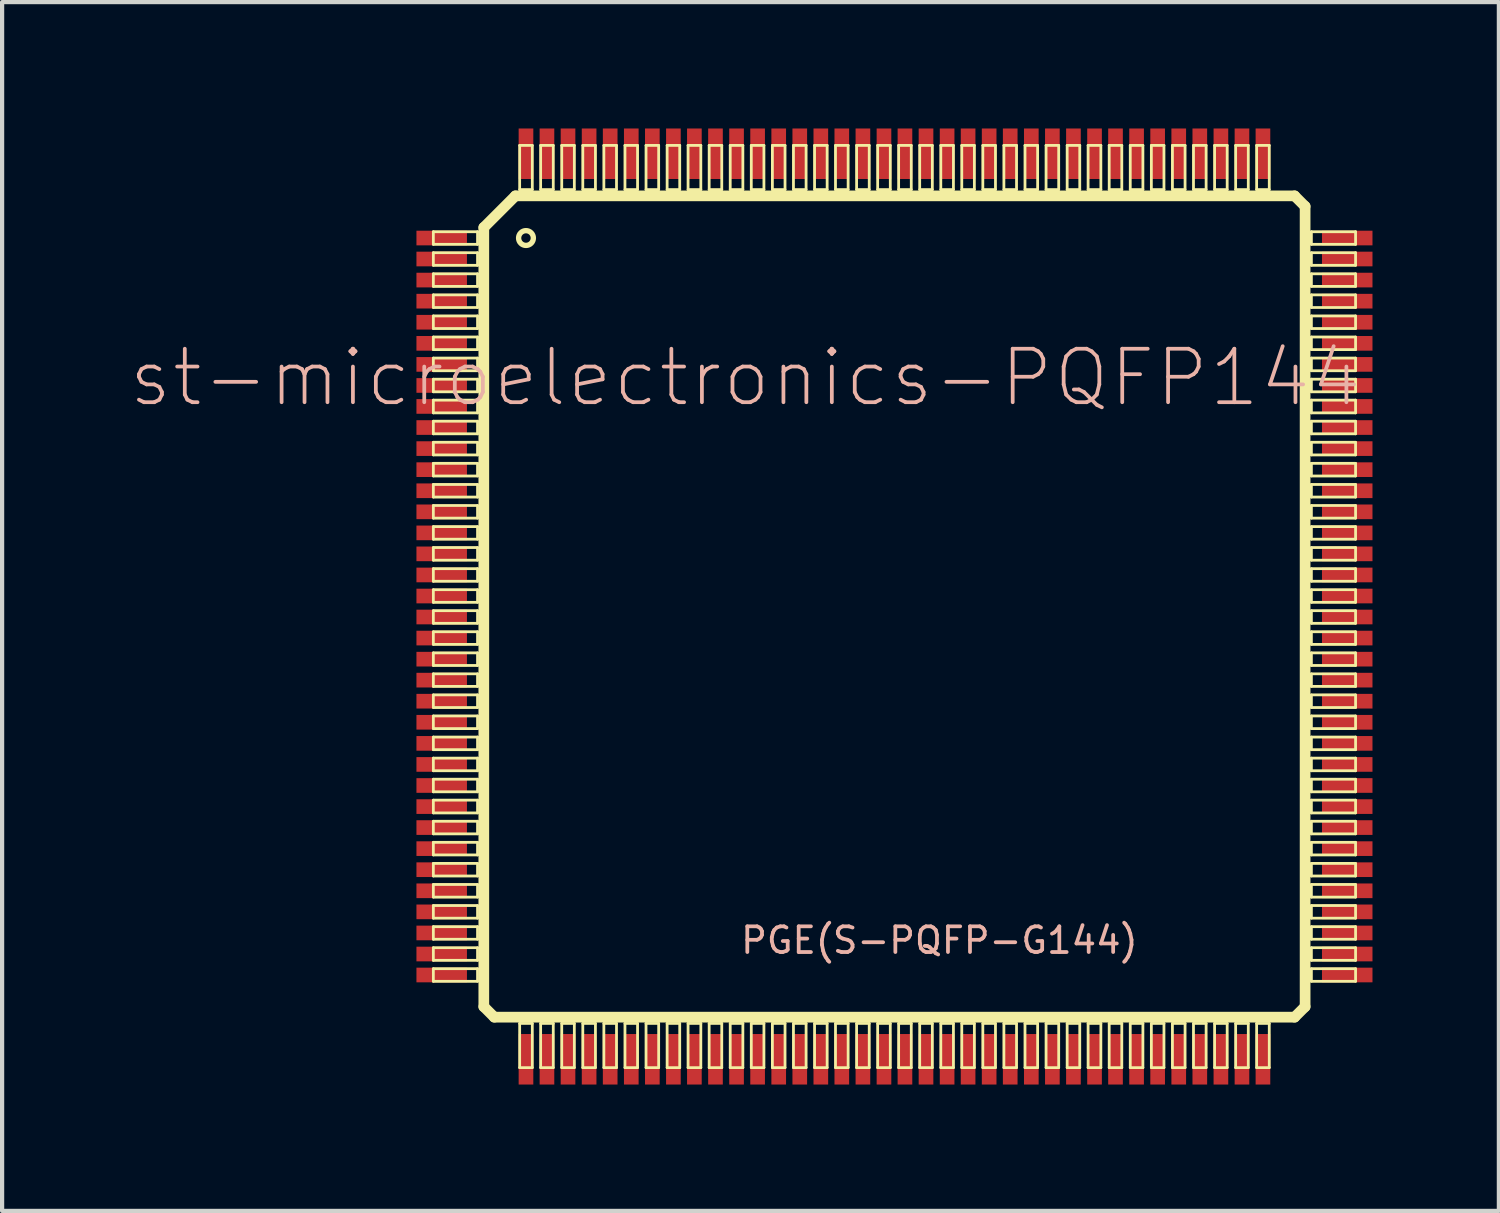
<source format=kicad_pcb>
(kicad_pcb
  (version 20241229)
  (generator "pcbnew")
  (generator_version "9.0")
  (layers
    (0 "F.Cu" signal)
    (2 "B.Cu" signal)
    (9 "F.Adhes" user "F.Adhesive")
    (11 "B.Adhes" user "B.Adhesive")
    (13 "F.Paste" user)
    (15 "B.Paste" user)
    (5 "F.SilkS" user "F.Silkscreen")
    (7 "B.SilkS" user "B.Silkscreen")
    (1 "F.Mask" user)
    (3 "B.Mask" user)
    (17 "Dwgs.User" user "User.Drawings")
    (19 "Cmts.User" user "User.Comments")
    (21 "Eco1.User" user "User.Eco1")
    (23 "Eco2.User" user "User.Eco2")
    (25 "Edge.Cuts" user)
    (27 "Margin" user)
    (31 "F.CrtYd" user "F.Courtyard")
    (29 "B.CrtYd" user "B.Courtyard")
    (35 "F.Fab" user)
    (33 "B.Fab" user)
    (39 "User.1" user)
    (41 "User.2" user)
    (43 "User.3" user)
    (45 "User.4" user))
  (footprint "st-microelectronics-PQFP144"
    (layer "F.Cu")
    (at 18.185 11.349)
    (property "Reference" "st-microelectronics-PQFP144" (at -3.543 -5.433 0) (layer "B.SilkS") (effects (font (size 1.27 1.27) (thickness 0.089))))
    (attr smd)
    (fp_line (start -10.947 -8.898) (end -9.898 -8.898) (stroke (width 0.066) (type solid)) (layer "F.SilkS"))
    (fp_line (start -10.947 -8.598) (end -10.947 -8.898) (stroke (width 0.066) (type solid)) (layer "F.SilkS"))
    (fp_line (start -10.947 -8.598) (end -9.898 -8.598) (stroke (width 0.066) (type solid)) (layer "F.SilkS"))
    (fp_line (start -10.947 -8.4) (end -9.898 -8.4) (stroke (width 0.066) (type solid)) (layer "F.SilkS"))
    (fp_line (start -10.947 -8.1) (end -10.947 -8.4) (stroke (width 0.066) (type solid)) (layer "F.SilkS"))
    (fp_line (start -10.947 -8.1) (end -9.898 -8.1) (stroke (width 0.066) (type solid)) (layer "F.SilkS"))
    (fp_line (start -10.947 -7.899) (end -9.898 -7.899) (stroke (width 0.066) (type solid)) (layer "F.SilkS"))
    (fp_line (start -10.947 -7.6) (end -10.947 -7.899) (stroke (width 0.066) (type solid)) (layer "F.SilkS"))
    (fp_line (start -10.947 -7.6) (end -9.898 -7.6) (stroke (width 0.066) (type solid)) (layer "F.SilkS"))
    (fp_line (start -10.947 -7.399) (end -9.898 -7.399) (stroke (width 0.066) (type solid)) (layer "F.SilkS"))
    (fp_line (start -10.947 -7.099) (end -10.947 -7.399) (stroke (width 0.066) (type solid)) (layer "F.SilkS"))
    (fp_line (start -10.947 -7.099) (end -9.898 -7.099) (stroke (width 0.066) (type solid)) (layer "F.SilkS"))
    (fp_line (start -10.947 -6.899) (end -9.898 -6.899) (stroke (width 0.066) (type solid)) (layer "F.SilkS"))
    (fp_line (start -10.947 -6.599) (end -10.947 -6.899) (stroke (width 0.066) (type solid)) (layer "F.SilkS"))
    (fp_line (start -10.947 -6.599) (end -9.898 -6.599) (stroke (width 0.066) (type solid)) (layer "F.SilkS"))
    (fp_line (start -10.947 -6.398) (end -9.898 -6.398) (stroke (width 0.066) (type solid)) (layer "F.SilkS"))
    (fp_line (start -10.947 -6.099) (end -10.947 -6.398) (stroke (width 0.066) (type solid)) (layer "F.SilkS"))
    (fp_line (start -10.947 -6.099) (end -9.898 -6.099) (stroke (width 0.066) (type solid)) (layer "F.SilkS"))
    (fp_line (start -10.947 -5.898) (end -9.898 -5.898) (stroke (width 0.066) (type solid)) (layer "F.SilkS"))
    (fp_line (start -10.947 -5.598) (end -10.947 -5.898) (stroke (width 0.066) (type solid)) (layer "F.SilkS"))
    (fp_line (start -10.947 -5.598) (end -9.898 -5.598) (stroke (width 0.066) (type solid)) (layer "F.SilkS"))
    (fp_line (start -10.947 -5.397) (end -9.898 -5.397) (stroke (width 0.066) (type solid)) (layer "F.SilkS"))
    (fp_line (start -10.947 -5.098) (end -10.947 -5.397) (stroke (width 0.066) (type solid)) (layer "F.SilkS"))
    (fp_line (start -10.947 -5.098) (end -9.898 -5.098) (stroke (width 0.066) (type solid)) (layer "F.SilkS"))
    (fp_line (start -10.947 -4.9) (end -9.898 -4.9) (stroke (width 0.066) (type solid)) (layer "F.SilkS"))
    (fp_line (start -10.947 -4.597) (end -10.947 -4.9) (stroke (width 0.066) (type solid)) (layer "F.SilkS"))
    (fp_line (start -10.947 -4.597) (end -9.898 -4.597) (stroke (width 0.066) (type solid)) (layer "F.SilkS"))
    (fp_line (start -10.947 -4.399) (end -9.898 -4.399) (stroke (width 0.066) (type solid)) (layer "F.SilkS"))
    (fp_line (start -10.947 -4.1) (end -10.947 -4.399) (stroke (width 0.066) (type solid)) (layer "F.SilkS"))
    (fp_line (start -10.947 -4.1) (end -9.898 -4.1) (stroke (width 0.066) (type solid)) (layer "F.SilkS"))
    (fp_line (start -10.947 -3.899) (end -9.898 -3.899) (stroke (width 0.066) (type solid)) (layer "F.SilkS"))
    (fp_line (start -10.947 -3.599) (end -10.947 -3.899) (stroke (width 0.066) (type solid)) (layer "F.SilkS"))
    (fp_line (start -10.947 -3.599) (end -9.898 -3.599) (stroke (width 0.066) (type solid)) (layer "F.SilkS"))
    (fp_line (start -10.947 -3.399) (end -9.898 -3.399) (stroke (width 0.066) (type solid)) (layer "F.SilkS"))
    (fp_line (start -10.947 -3.099) (end -10.947 -3.399) (stroke (width 0.066) (type solid)) (layer "F.SilkS"))
    (fp_line (start -10.947 -3.099) (end -9.898 -3.099) (stroke (width 0.066) (type solid)) (layer "F.SilkS"))
    (fp_line (start -10.947 -2.898) (end -9.898 -2.898) (stroke (width 0.066) (type solid)) (layer "F.SilkS"))
    (fp_line (start -10.947 -2.598) (end -10.947 -2.898) (stroke (width 0.066) (type solid)) (layer "F.SilkS"))
    (fp_line (start -10.947 -2.598) (end -9.898 -2.598) (stroke (width 0.066) (type solid)) (layer "F.SilkS"))
    (fp_line (start -10.947 -2.398) (end -9.898 -2.398) (stroke (width 0.066) (type solid)) (layer "F.SilkS"))
    (fp_line (start -10.947 -2.098) (end -10.947 -2.398) (stroke (width 0.066) (type solid)) (layer "F.SilkS"))
    (fp_line (start -10.947 -2.098) (end -9.898 -2.098) (stroke (width 0.066) (type solid)) (layer "F.SilkS"))
    (fp_line (start -10.947 -1.897) (end -9.898 -1.897) (stroke (width 0.066) (type solid)) (layer "F.SilkS"))
    (fp_line (start -10.947 -1.598) (end -10.947 -1.897) (stroke (width 0.066) (type solid)) (layer "F.SilkS"))
    (fp_line (start -10.947 -1.598) (end -9.898 -1.598) (stroke (width 0.066) (type solid)) (layer "F.SilkS"))
    (fp_line (start -10.947 -1.4) (end -9.898 -1.4) (stroke (width 0.066) (type solid)) (layer "F.SilkS"))
    (fp_line (start -10.947 -1.1) (end -10.947 -1.4) (stroke (width 0.066) (type solid)) (layer "F.SilkS"))
    (fp_line (start -10.947 -1.1) (end -9.898 -1.1) (stroke (width 0.066) (type solid)) (layer "F.SilkS"))
    (fp_line (start -10.947 -0.899) (end -9.898 -0.899) (stroke (width 0.066) (type solid)) (layer "F.SilkS"))
    (fp_line (start -10.947 -0.599) (end -10.947 -0.899) (stroke (width 0.066) (type solid)) (layer "F.SilkS"))
    (fp_line (start -10.947 -0.599) (end -9.898 -0.599) (stroke (width 0.066) (type solid)) (layer "F.SilkS"))
    (fp_line (start -10.947 -0.399) (end -9.898 -0.399) (stroke (width 0.066) (type solid)) (layer "F.SilkS"))
    (fp_line (start -10.947 -0.099) (end -10.947 -0.399) (stroke (width 0.066) (type solid)) (layer "F.SilkS"))
    (fp_line (start -10.947 -0.099) (end -9.898 -0.099) (stroke (width 0.066) (type solid)) (layer "F.SilkS"))
    (fp_line (start -10.947 0.099) (end -9.898 0.099) (stroke (width 0.066) (type solid)) (layer "F.SilkS"))
    (fp_line (start -10.947 0.399) (end -10.947 0.099) (stroke (width 0.066) (type solid)) (layer "F.SilkS"))
    (fp_line (start -10.947 0.399) (end -9.898 0.399) (stroke (width 0.066) (type solid)) (layer "F.SilkS"))
    (fp_line (start -10.947 0.599) (end -9.898 0.599) (stroke (width 0.066) (type solid)) (layer "F.SilkS"))
    (fp_line (start -10.947 0.899) (end -10.947 0.599) (stroke (width 0.066) (type solid)) (layer "F.SilkS"))
    (fp_line (start -10.947 0.899) (end -9.898 0.899) (stroke (width 0.066) (type solid)) (layer "F.SilkS"))
    (fp_line (start -10.947 1.1) (end -9.898 1.1) (stroke (width 0.066) (type solid)) (layer "F.SilkS"))
    (fp_line (start -10.947 1.4) (end -10.947 1.1) (stroke (width 0.066) (type solid)) (layer "F.SilkS"))
    (fp_line (start -10.947 1.4) (end -9.898 1.4) (stroke (width 0.066) (type solid)) (layer "F.SilkS"))
    (fp_line (start -10.947 1.598) (end -9.898 1.598) (stroke (width 0.066) (type solid)) (layer "F.SilkS"))
    (fp_line (start -10.947 1.897) (end -10.947 1.598) (stroke (width 0.066) (type solid)) (layer "F.SilkS"))
    (fp_line (start -10.947 1.897) (end -9.898 1.897) (stroke (width 0.066) (type solid)) (layer "F.SilkS"))
    (fp_line (start -10.947 2.098) (end -9.898 2.098) (stroke (width 0.066) (type solid)) (layer "F.SilkS"))
    (fp_line (start -10.947 2.398) (end -10.947 2.098) (stroke (width 0.066) (type solid)) (layer "F.SilkS"))
    (fp_line (start -10.947 2.398) (end -9.898 2.398) (stroke (width 0.066) (type solid)) (layer "F.SilkS"))
    (fp_line (start -10.947 2.598) (end -9.898 2.598) (stroke (width 0.066) (type solid)) (layer "F.SilkS"))
    (fp_line (start -10.947 2.898) (end -10.947 2.598) (stroke (width 0.066) (type solid)) (layer "F.SilkS"))
    (fp_line (start -10.947 2.898) (end -9.898 2.898) (stroke (width 0.066) (type solid)) (layer "F.SilkS"))
    (fp_line (start -10.947 3.099) (end -9.898 3.099) (stroke (width 0.066) (type solid)) (layer "F.SilkS"))
    (fp_line (start -10.947 3.399) (end -10.947 3.099) (stroke (width 0.066) (type solid)) (layer "F.SilkS"))
    (fp_line (start -10.947 3.399) (end -9.898 3.399) (stroke (width 0.066) (type solid)) (layer "F.SilkS"))
    (fp_line (start -10.947 3.599) (end -9.898 3.599) (stroke (width 0.066) (type solid)) (layer "F.SilkS"))
    (fp_line (start -10.947 3.899) (end -10.947 3.599) (stroke (width 0.066) (type solid)) (layer "F.SilkS"))
    (fp_line (start -10.947 3.899) (end -9.898 3.899) (stroke (width 0.066) (type solid)) (layer "F.SilkS"))
    (fp_line (start -10.947 4.1) (end -9.898 4.1) (stroke (width 0.066) (type solid)) (layer "F.SilkS"))
    (fp_line (start -10.947 4.399) (end -10.947 4.1) (stroke (width 0.066) (type solid)) (layer "F.SilkS"))
    (fp_line (start -10.947 4.399) (end -9.898 4.399) (stroke (width 0.066) (type solid)) (layer "F.SilkS"))
    (fp_line (start -10.947 4.597) (end -9.898 4.597) (stroke (width 0.066) (type solid)) (layer "F.SilkS"))
    (fp_line (start -10.947 4.9) (end -10.947 4.597) (stroke (width 0.066) (type solid)) (layer "F.SilkS"))
    (fp_line (start -10.947 4.9) (end -9.898 4.9) (stroke (width 0.066) (type solid)) (layer "F.SilkS"))
    (fp_line (start -10.947 5.098) (end -9.898 5.098) (stroke (width 0.066) (type solid)) (layer "F.SilkS"))
    (fp_line (start -10.947 5.397) (end -10.947 5.098) (stroke (width 0.066) (type solid)) (layer "F.SilkS"))
    (fp_line (start -10.947 5.397) (end -9.898 5.397) (stroke (width 0.066) (type solid)) (layer "F.SilkS"))
    (fp_line (start -10.947 5.598) (end -9.898 5.598) (stroke (width 0.066) (type solid)) (layer "F.SilkS"))
    (fp_line (start -10.947 5.898) (end -10.947 5.598) (stroke (width 0.066) (type solid)) (layer "F.SilkS"))
    (fp_line (start -10.947 5.898) (end -9.898 5.898) (stroke (width 0.066) (type solid)) (layer "F.SilkS"))
    (fp_line (start -10.947 6.099) (end -9.898 6.099) (stroke (width 0.066) (type solid)) (layer "F.SilkS"))
    (fp_line (start -10.947 6.398) (end -10.947 6.099) (stroke (width 0.066) (type solid)) (layer "F.SilkS"))
    (fp_line (start -10.947 6.398) (end -9.898 6.398) (stroke (width 0.066) (type solid)) (layer "F.SilkS"))
    (fp_line (start -10.947 6.599) (end -9.898 6.599) (stroke (width 0.066) (type solid)) (layer "F.SilkS"))
    (fp_line (start -10.947 6.899) (end -10.947 6.599) (stroke (width 0.066) (type solid)) (layer "F.SilkS"))
    (fp_line (start -10.947 6.899) (end -9.898 6.899) (stroke (width 0.066) (type solid)) (layer "F.SilkS"))
    (fp_line (start -10.947 7.099) (end -9.898 7.099) (stroke (width 0.066) (type solid)) (layer "F.SilkS"))
    (fp_line (start -10.947 7.399) (end -10.947 7.099) (stroke (width 0.066) (type solid)) (layer "F.SilkS"))
    (fp_line (start -10.947 7.399) (end -9.898 7.399) (stroke (width 0.066) (type solid)) (layer "F.SilkS"))
    (fp_line (start -10.947 7.6) (end -9.898 7.6) (stroke (width 0.066) (type solid)) (layer "F.SilkS"))
    (fp_line (start -10.947 7.899) (end -10.947 7.6) (stroke (width 0.066) (type solid)) (layer "F.SilkS"))
    (fp_line (start -10.947 7.899) (end -9.898 7.899) (stroke (width 0.066) (type solid)) (layer "F.SilkS"))
    (fp_line (start -10.947 8.1) (end -9.898 8.1) (stroke (width 0.066) (type solid)) (layer "F.SilkS"))
    (fp_line (start -10.947 8.4) (end -10.947 8.1) (stroke (width 0.066) (type solid)) (layer "F.SilkS"))
    (fp_line (start -10.947 8.4) (end -9.898 8.4) (stroke (width 0.066) (type solid)) (layer "F.SilkS"))
    (fp_line (start -10.947 8.598) (end -9.898 8.598) (stroke (width 0.066) (type solid)) (layer "F.SilkS"))
    (fp_line (start -10.947 8.898) (end -10.947 8.598) (stroke (width 0.066) (type solid)) (layer "F.SilkS"))
    (fp_line (start -10.947 8.898) (end -9.898 8.898) (stroke (width 0.066) (type solid)) (layer "F.SilkS"))
    (fp_line (start -9.898 -8.598) (end -9.898 -8.898) (stroke (width 0.066) (type solid)) (layer "F.SilkS"))
    (fp_line (start -9.898 -8.1) (end -9.898 -8.4) (stroke (width 0.066) (type solid)) (layer "F.SilkS"))
    (fp_line (start -9.898 -7.6) (end -9.898 -7.899) (stroke (width 0.066) (type solid)) (layer "F.SilkS"))
    (fp_line (start -9.898 -7.099) (end -9.898 -7.399) (stroke (width 0.066) (type solid)) (layer "F.SilkS"))
    (fp_line (start -9.898 -6.599) (end -9.898 -6.899) (stroke (width 0.066) (type solid)) (layer "F.SilkS"))
    (fp_line (start -9.898 -6.099) (end -9.898 -6.398) (stroke (width 0.066) (type solid)) (layer "F.SilkS"))
    (fp_line (start -9.898 -5.598) (end -9.898 -5.898) (stroke (width 0.066) (type solid)) (layer "F.SilkS"))
    (fp_line (start -9.898 -5.098) (end -9.898 -5.397) (stroke (width 0.066) (type solid)) (layer "F.SilkS"))
    (fp_line (start -9.898 -4.597) (end -9.898 -4.9) (stroke (width 0.066) (type solid)) (layer "F.SilkS"))
    (fp_line (start -9.898 -4.1) (end -9.898 -4.399) (stroke (width 0.066) (type solid)) (layer "F.SilkS"))
    (fp_line (start -9.898 -3.599) (end -9.898 -3.899) (stroke (width 0.066) (type solid)) (layer "F.SilkS"))
    (fp_line (start -9.898 -3.099) (end -9.898 -3.399) (stroke (width 0.066) (type solid)) (layer "F.SilkS"))
    (fp_line (start -9.898 -2.598) (end -9.898 -2.898) (stroke (width 0.066) (type solid)) (layer "F.SilkS"))
    (fp_line (start -9.898 -2.098) (end -9.898 -2.398) (stroke (width 0.066) (type solid)) (layer "F.SilkS"))
    (fp_line (start -9.898 -1.598) (end -9.898 -1.897) (stroke (width 0.066) (type solid)) (layer "F.SilkS"))
    (fp_line (start -9.898 -1.1) (end -9.898 -1.4) (stroke (width 0.066) (type solid)) (layer "F.SilkS"))
    (fp_line (start -9.898 -0.599) (end -9.898 -0.899) (stroke (width 0.066) (type solid)) (layer "F.SilkS"))
    (fp_line (start -9.898 -0.099) (end -9.898 -0.399) (stroke (width 0.066) (type solid)) (layer "F.SilkS"))
    (fp_line (start -9.898 0.399) (end -9.898 0.099) (stroke (width 0.066) (type solid)) (layer "F.SilkS"))
    (fp_line (start -9.898 0.899) (end -9.898 0.599) (stroke (width 0.066) (type solid)) (layer "F.SilkS"))
    (fp_line (start -9.898 1.4) (end -9.898 1.1) (stroke (width 0.066) (type solid)) (layer "F.SilkS"))
    (fp_line (start -9.898 1.897) (end -9.898 1.598) (stroke (width 0.066) (type solid)) (layer "F.SilkS"))
    (fp_line (start -9.898 2.398) (end -9.898 2.098) (stroke (width 0.066) (type solid)) (layer "F.SilkS"))
    (fp_line (start -9.898 2.898) (end -9.898 2.598) (stroke (width 0.066) (type solid)) (layer "F.SilkS"))
    (fp_line (start -9.898 3.399) (end -9.898 3.099) (stroke (width 0.066) (type solid)) (layer "F.SilkS"))
    (fp_line (start -9.898 3.899) (end -9.898 3.599) (stroke (width 0.066) (type solid)) (layer "F.SilkS"))
    (fp_line (start -9.898 4.399) (end -9.898 4.1) (stroke (width 0.066) (type solid)) (layer "F.SilkS"))
    (fp_line (start -9.898 4.9) (end -9.898 4.597) (stroke (width 0.066) (type solid)) (layer "F.SilkS"))
    (fp_line (start -9.898 5.397) (end -9.898 5.098) (stroke (width 0.066) (type solid)) (layer "F.SilkS"))
    (fp_line (start -9.898 5.898) (end -9.898 5.598) (stroke (width 0.066) (type solid)) (layer "F.SilkS"))
    (fp_line (start -9.898 6.398) (end -9.898 6.099) (stroke (width 0.066) (type solid)) (layer "F.SilkS"))
    (fp_line (start -9.898 6.899) (end -9.898 6.599) (stroke (width 0.066) (type solid)) (layer "F.SilkS"))
    (fp_line (start -9.898 7.399) (end -9.898 7.099) (stroke (width 0.066) (type solid)) (layer "F.SilkS"))
    (fp_line (start -9.898 7.899) (end -9.898 7.6) (stroke (width 0.066) (type solid)) (layer "F.SilkS"))
    (fp_line (start -9.898 8.4) (end -9.898 8.1) (stroke (width 0.066) (type solid)) (layer "F.SilkS"))
    (fp_line (start -9.898 8.898) (end -9.898 8.598) (stroke (width 0.066) (type solid)) (layer "F.SilkS"))
    (fp_line (start -9.749 -8.999) (end -8.999 -9.749) (stroke (width 0.254) (type solid)) (layer "F.SilkS"))
    (fp_line (start -9.749 9.5) (end -9.749 -8.999) (stroke (width 0.254) (type solid)) (layer "F.SilkS"))
    (fp_line (start -9.5 9.749) (end -9.749 9.5) (stroke (width 0.254) (type solid)) (layer "F.SilkS"))
    (fp_line (start -8.999 -9.749) (end 9.5 -9.749) (stroke (width 0.254) (type solid)) (layer "F.SilkS"))
    (fp_line (start -8.898 -10.947) (end -8.598 -10.947) (stroke (width 0.066) (type solid)) (layer "F.SilkS"))
    (fp_line (start -8.898 -9.898) (end -8.898 -10.947) (stroke (width 0.066) (type solid)) (layer "F.SilkS"))
    (fp_line (start -8.898 -9.898) (end -8.598 -9.898) (stroke (width 0.066) (type solid)) (layer "F.SilkS"))
    (fp_line (start -8.898 9.898) (end -8.598 9.898) (stroke (width 0.066) (type solid)) (layer "F.SilkS"))
    (fp_line (start -8.898 10.947) (end -8.898 9.898) (stroke (width 0.066) (type solid)) (layer "F.SilkS"))
    (fp_line (start -8.898 10.947) (end -8.598 10.947) (stroke (width 0.066) (type solid)) (layer "F.SilkS"))
    (fp_line (start -8.598 -9.898) (end -8.598 -10.947) (stroke (width 0.066) (type solid)) (layer "F.SilkS"))
    (fp_line (start -8.598 10.947) (end -8.598 9.898) (stroke (width 0.066) (type solid)) (layer "F.SilkS"))
    (fp_line (start -8.4 -10.947) (end -8.1 -10.947) (stroke (width 0.066) (type solid)) (layer "F.SilkS"))
    (fp_line (start -8.4 -9.898) (end -8.4 -10.947) (stroke (width 0.066) (type solid)) (layer "F.SilkS"))
    (fp_line (start -8.4 -9.898) (end -8.1 -9.898) (stroke (width 0.066) (type solid)) (layer "F.SilkS"))
    (fp_line (start -8.4 9.898) (end -8.1 9.898) (stroke (width 0.066) (type solid)) (layer "F.SilkS"))
    (fp_line (start -8.4 10.947) (end -8.4 9.898) (stroke (width 0.066) (type solid)) (layer "F.SilkS"))
    (fp_line (start -8.4 10.947) (end -8.1 10.947) (stroke (width 0.066) (type solid)) (layer "F.SilkS"))
    (fp_line (start -8.1 -9.898) (end -8.1 -10.947) (stroke (width 0.066) (type solid)) (layer "F.SilkS"))
    (fp_line (start -8.1 10.947) (end -8.1 9.898) (stroke (width 0.066) (type solid)) (layer "F.SilkS"))
    (fp_line (start -7.899 -10.947) (end -7.6 -10.947) (stroke (width 0.066) (type solid)) (layer "F.SilkS"))
    (fp_line (start -7.899 -9.898) (end -7.899 -10.947) (stroke (width 0.066) (type solid)) (layer "F.SilkS"))
    (fp_line (start -7.899 -9.898) (end -7.6 -9.898) (stroke (width 0.066) (type solid)) (layer "F.SilkS"))
    (fp_line (start -7.899 9.898) (end -7.6 9.898) (stroke (width 0.066) (type solid)) (layer "F.SilkS"))
    (fp_line (start -7.899 10.947) (end -7.899 9.898) (stroke (width 0.066) (type solid)) (layer "F.SilkS"))
    (fp_line (start -7.899 10.947) (end -7.6 10.947) (stroke (width 0.066) (type solid)) (layer "F.SilkS"))
    (fp_line (start -7.6 -9.898) (end -7.6 -10.947) (stroke (width 0.066) (type solid)) (layer "F.SilkS"))
    (fp_line (start -7.6 10.947) (end -7.6 9.898) (stroke (width 0.066) (type solid)) (layer "F.SilkS"))
    (fp_line (start -7.399 -10.947) (end -7.099 -10.947) (stroke (width 0.066) (type solid)) (layer "F.SilkS"))
    (fp_line (start -7.399 -9.898) (end -7.399 -10.947) (stroke (width 0.066) (type solid)) (layer "F.SilkS"))
    (fp_line (start -7.399 -9.898) (end -7.099 -9.898) (stroke (width 0.066) (type solid)) (layer "F.SilkS"))
    (fp_line (start -7.399 9.898) (end -7.099 9.898) (stroke (width 0.066) (type solid)) (layer "F.SilkS"))
    (fp_line (start -7.399 10.947) (end -7.399 9.898) (stroke (width 0.066) (type solid)) (layer "F.SilkS"))
    (fp_line (start -7.399 10.947) (end -7.099 10.947) (stroke (width 0.066) (type solid)) (layer "F.SilkS"))
    (fp_line (start -7.099 -9.898) (end -7.099 -10.947) (stroke (width 0.066) (type solid)) (layer "F.SilkS"))
    (fp_line (start -7.099 10.947) (end -7.099 9.898) (stroke (width 0.066) (type solid)) (layer "F.SilkS"))
    (fp_line (start -6.899 -10.947) (end -6.599 -10.947) (stroke (width 0.066) (type solid)) (layer "F.SilkS"))
    (fp_line (start -6.899 -9.898) (end -6.899 -10.947) (stroke (width 0.066) (type solid)) (layer "F.SilkS"))
    (fp_line (start -6.899 -9.898) (end -6.599 -9.898) (stroke (width 0.066) (type solid)) (layer "F.SilkS"))
    (fp_line (start -6.899 9.898) (end -6.599 9.898) (stroke (width 0.066) (type solid)) (layer "F.SilkS"))
    (fp_line (start -6.899 10.947) (end -6.899 9.898) (stroke (width 0.066) (type solid)) (layer "F.SilkS"))
    (fp_line (start -6.899 10.947) (end -6.599 10.947) (stroke (width 0.066) (type solid)) (layer "F.SilkS"))
    (fp_line (start -6.599 -9.898) (end -6.599 -10.947) (stroke (width 0.066) (type solid)) (layer "F.SilkS"))
    (fp_line (start -6.599 10.947) (end -6.599 9.898) (stroke (width 0.066) (type solid)) (layer "F.SilkS"))
    (fp_line (start -6.398 -10.947) (end -6.099 -10.947) (stroke (width 0.066) (type solid)) (layer "F.SilkS"))
    (fp_line (start -6.398 -9.898) (end -6.398 -10.947) (stroke (width 0.066) (type solid)) (layer "F.SilkS"))
    (fp_line (start -6.398 -9.898) (end -6.099 -9.898) (stroke (width 0.066) (type solid)) (layer "F.SilkS"))
    (fp_line (start -6.398 9.898) (end -6.099 9.898) (stroke (width 0.066) (type solid)) (layer "F.SilkS"))
    (fp_line (start -6.398 10.947) (end -6.398 9.898) (stroke (width 0.066) (type solid)) (layer "F.SilkS"))
    (fp_line (start -6.398 10.947) (end -6.099 10.947) (stroke (width 0.066) (type solid)) (layer "F.SilkS"))
    (fp_line (start -6.099 -9.898) (end -6.099 -10.947) (stroke (width 0.066) (type solid)) (layer "F.SilkS"))
    (fp_line (start -6.099 10.947) (end -6.099 9.898) (stroke (width 0.066) (type solid)) (layer "F.SilkS"))
    (fp_line (start -5.898 -10.947) (end -5.598 -10.947) (stroke (width 0.066) (type solid)) (layer "F.SilkS"))
    (fp_line (start -5.898 -9.898) (end -5.898 -10.947) (stroke (width 0.066) (type solid)) (layer "F.SilkS"))
    (fp_line (start -5.898 -9.898) (end -5.598 -9.898) (stroke (width 0.066) (type solid)) (layer "F.SilkS"))
    (fp_line (start -5.898 9.898) (end -5.598 9.898) (stroke (width 0.066) (type solid)) (layer "F.SilkS"))
    (fp_line (start -5.898 10.947) (end -5.898 9.898) (stroke (width 0.066) (type solid)) (layer "F.SilkS"))
    (fp_line (start -5.898 10.947) (end -5.598 10.947) (stroke (width 0.066) (type solid)) (layer "F.SilkS"))
    (fp_line (start -5.598 -9.898) (end -5.598 -10.947) (stroke (width 0.066) (type solid)) (layer "F.SilkS"))
    (fp_line (start -5.598 10.947) (end -5.598 9.898) (stroke (width 0.066) (type solid)) (layer "F.SilkS"))
    (fp_line (start -5.397 -10.947) (end -5.098 -10.947) (stroke (width 0.066) (type solid)) (layer "F.SilkS"))
    (fp_line (start -5.397 -9.898) (end -5.397 -10.947) (stroke (width 0.066) (type solid)) (layer "F.SilkS"))
    (fp_line (start -5.397 -9.898) (end -5.098 -9.898) (stroke (width 0.066) (type solid)) (layer "F.SilkS"))
    (fp_line (start -5.397 9.898) (end -5.098 9.898) (stroke (width 0.066) (type solid)) (layer "F.SilkS"))
    (fp_line (start -5.397 10.947) (end -5.397 9.898) (stroke (width 0.066) (type solid)) (layer "F.SilkS"))
    (fp_line (start -5.397 10.947) (end -5.098 10.947) (stroke (width 0.066) (type solid)) (layer "F.SilkS"))
    (fp_line (start -5.098 -9.898) (end -5.098 -10.947) (stroke (width 0.066) (type solid)) (layer "F.SilkS"))
    (fp_line (start -5.098 10.947) (end -5.098 9.898) (stroke (width 0.066) (type solid)) (layer "F.SilkS"))
    (fp_line (start -4.9 -10.947) (end -4.597 -10.947) (stroke (width 0.066) (type solid)) (layer "F.SilkS"))
    (fp_line (start -4.9 -9.898) (end -4.9 -10.947) (stroke (width 0.066) (type solid)) (layer "F.SilkS"))
    (fp_line (start -4.9 -9.898) (end -4.597 -9.898) (stroke (width 0.066) (type solid)) (layer "F.SilkS"))
    (fp_line (start -4.9 9.898) (end -4.597 9.898) (stroke (width 0.066) (type solid)) (layer "F.SilkS"))
    (fp_line (start -4.9 10.947) (end -4.9 9.898) (stroke (width 0.066) (type solid)) (layer "F.SilkS"))
    (fp_line (start -4.9 10.947) (end -4.597 10.947) (stroke (width 0.066) (type solid)) (layer "F.SilkS"))
    (fp_line (start -4.597 -9.898) (end -4.597 -10.947) (stroke (width 0.066) (type solid)) (layer "F.SilkS"))
    (fp_line (start -4.597 10.947) (end -4.597 9.898) (stroke (width 0.066) (type solid)) (layer "F.SilkS"))
    (fp_line (start -4.399 -10.947) (end -4.1 -10.947) (stroke (width 0.066) (type solid)) (layer "F.SilkS"))
    (fp_line (start -4.399 -9.898) (end -4.399 -10.947) (stroke (width 0.066) (type solid)) (layer "F.SilkS"))
    (fp_line (start -4.399 -9.898) (end -4.1 -9.898) (stroke (width 0.066) (type solid)) (layer "F.SilkS"))
    (fp_line (start -4.399 9.898) (end -4.1 9.898) (stroke (width 0.066) (type solid)) (layer "F.SilkS"))
    (fp_line (start -4.399 10.947) (end -4.399 9.898) (stroke (width 0.066) (type solid)) (layer "F.SilkS"))
    (fp_line (start -4.399 10.947) (end -4.1 10.947) (stroke (width 0.066) (type solid)) (layer "F.SilkS"))
    (fp_line (start -4.1 -9.898) (end -4.1 -10.947) (stroke (width 0.066) (type solid)) (layer "F.SilkS"))
    (fp_line (start -4.1 10.947) (end -4.1 9.898) (stroke (width 0.066) (type solid)) (layer "F.SilkS"))
    (fp_line (start -3.899 -10.947) (end -3.599 -10.947) (stroke (width 0.066) (type solid)) (layer "F.SilkS"))
    (fp_line (start -3.899 -9.898) (end -3.899 -10.947) (stroke (width 0.066) (type solid)) (layer "F.SilkS"))
    (fp_line (start -3.899 -9.898) (end -3.599 -9.898) (stroke (width 0.066) (type solid)) (layer "F.SilkS"))
    (fp_line (start -3.899 9.898) (end -3.599 9.898) (stroke (width 0.066) (type solid)) (layer "F.SilkS"))
    (fp_line (start -3.899 10.947) (end -3.899 9.898) (stroke (width 0.066) (type solid)) (layer "F.SilkS"))
    (fp_line (start -3.899 10.947) (end -3.599 10.947) (stroke (width 0.066) (type solid)) (layer "F.SilkS"))
    (fp_line (start -3.599 -9.898) (end -3.599 -10.947) (stroke (width 0.066) (type solid)) (layer "F.SilkS"))
    (fp_line (start -3.599 10.947) (end -3.599 9.898) (stroke (width 0.066) (type solid)) (layer "F.SilkS"))
    (fp_line (start -3.399 -10.947) (end -3.099 -10.947) (stroke (width 0.066) (type solid)) (layer "F.SilkS"))
    (fp_line (start -3.399 -9.898) (end -3.399 -10.947) (stroke (width 0.066) (type solid)) (layer "F.SilkS"))
    (fp_line (start -3.399 -9.898) (end -3.099 -9.898) (stroke (width 0.066) (type solid)) (layer "F.SilkS"))
    (fp_line (start -3.399 9.898) (end -3.099 9.898) (stroke (width 0.066) (type solid)) (layer "F.SilkS"))
    (fp_line (start -3.399 10.947) (end -3.399 9.898) (stroke (width 0.066) (type solid)) (layer "F.SilkS"))
    (fp_line (start -3.399 10.947) (end -3.099 10.947) (stroke (width 0.066) (type solid)) (layer "F.SilkS"))
    (fp_line (start -3.099 -9.898) (end -3.099 -10.947) (stroke (width 0.066) (type solid)) (layer "F.SilkS"))
    (fp_line (start -3.099 10.947) (end -3.099 9.898) (stroke (width 0.066) (type solid)) (layer "F.SilkS"))
    (fp_line (start -2.898 -10.947) (end -2.598 -10.947) (stroke (width 0.066) (type solid)) (layer "F.SilkS"))
    (fp_line (start -2.898 -9.898) (end -2.898 -10.947) (stroke (width 0.066) (type solid)) (layer "F.SilkS"))
    (fp_line (start -2.898 -9.898) (end -2.598 -9.898) (stroke (width 0.066) (type solid)) (layer "F.SilkS"))
    (fp_line (start -2.898 9.898) (end -2.598 9.898) (stroke (width 0.066) (type solid)) (layer "F.SilkS"))
    (fp_line (start -2.898 10.947) (end -2.898 9.898) (stroke (width 0.066) (type solid)) (layer "F.SilkS"))
    (fp_line (start -2.898 10.947) (end -2.598 10.947) (stroke (width 0.066) (type solid)) (layer "F.SilkS"))
    (fp_line (start -2.598 -9.898) (end -2.598 -10.947) (stroke (width 0.066) (type solid)) (layer "F.SilkS"))
    (fp_line (start -2.598 10.947) (end -2.598 9.898) (stroke (width 0.066) (type solid)) (layer "F.SilkS"))
    (fp_line (start -2.398 -10.947) (end -2.098 -10.947) (stroke (width 0.066) (type solid)) (layer "F.SilkS"))
    (fp_line (start -2.398 -9.898) (end -2.398 -10.947) (stroke (width 0.066) (type solid)) (layer "F.SilkS"))
    (fp_line (start -2.398 -9.898) (end -2.098 -9.898) (stroke (width 0.066) (type solid)) (layer "F.SilkS"))
    (fp_line (start -2.398 9.898) (end -2.098 9.898) (stroke (width 0.066) (type solid)) (layer "F.SilkS"))
    (fp_line (start -2.398 10.947) (end -2.398 9.898) (stroke (width 0.066) (type solid)) (layer "F.SilkS"))
    (fp_line (start -2.398 10.947) (end -2.098 10.947) (stroke (width 0.066) (type solid)) (layer "F.SilkS"))
    (fp_line (start -2.098 -9.898) (end -2.098 -10.947) (stroke (width 0.066) (type solid)) (layer "F.SilkS"))
    (fp_line (start -2.098 10.947) (end -2.098 9.898) (stroke (width 0.066) (type solid)) (layer "F.SilkS"))
    (fp_line (start -1.897 -10.947) (end -1.598 -10.947) (stroke (width 0.066) (type solid)) (layer "F.SilkS"))
    (fp_line (start -1.897 -9.898) (end -1.897 -10.947) (stroke (width 0.066) (type solid)) (layer "F.SilkS"))
    (fp_line (start -1.897 -9.898) (end -1.598 -9.898) (stroke (width 0.066) (type solid)) (layer "F.SilkS"))
    (fp_line (start -1.897 9.898) (end -1.598 9.898) (stroke (width 0.066) (type solid)) (layer "F.SilkS"))
    (fp_line (start -1.897 10.947) (end -1.897 9.898) (stroke (width 0.066) (type solid)) (layer "F.SilkS"))
    (fp_line (start -1.897 10.947) (end -1.598 10.947) (stroke (width 0.066) (type solid)) (layer "F.SilkS"))
    (fp_line (start -1.598 -9.898) (end -1.598 -10.947) (stroke (width 0.066) (type solid)) (layer "F.SilkS"))
    (fp_line (start -1.598 10.947) (end -1.598 9.898) (stroke (width 0.066) (type solid)) (layer "F.SilkS"))
    (fp_line (start -1.4 -10.947) (end -1.1 -10.947) (stroke (width 0.066) (type solid)) (layer "F.SilkS"))
    (fp_line (start -1.4 -9.898) (end -1.4 -10.947) (stroke (width 0.066) (type solid)) (layer "F.SilkS"))
    (fp_line (start -1.4 -9.898) (end -1.1 -9.898) (stroke (width 0.066) (type solid)) (layer "F.SilkS"))
    (fp_line (start -1.4 9.898) (end -1.1 9.898) (stroke (width 0.066) (type solid)) (layer "F.SilkS"))
    (fp_line (start -1.4 10.947) (end -1.4 9.898) (stroke (width 0.066) (type solid)) (layer "F.SilkS"))
    (fp_line (start -1.4 10.947) (end -1.1 10.947) (stroke (width 0.066) (type solid)) (layer "F.SilkS"))
    (fp_line (start -1.1 -9.898) (end -1.1 -10.947) (stroke (width 0.066) (type solid)) (layer "F.SilkS"))
    (fp_line (start -1.1 10.947) (end -1.1 9.898) (stroke (width 0.066) (type solid)) (layer "F.SilkS"))
    (fp_line (start -0.899 -10.947) (end -0.599 -10.947) (stroke (width 0.066) (type solid)) (layer "F.SilkS"))
    (fp_line (start -0.899 -9.898) (end -0.899 -10.947) (stroke (width 0.066) (type solid)) (layer "F.SilkS"))
    (fp_line (start -0.899 -9.898) (end -0.599 -9.898) (stroke (width 0.066) (type solid)) (layer "F.SilkS"))
    (fp_line (start -0.899 9.898) (end -0.599 9.898) (stroke (width 0.066) (type solid)) (layer "F.SilkS"))
    (fp_line (start -0.899 10.947) (end -0.899 9.898) (stroke (width 0.066) (type solid)) (layer "F.SilkS"))
    (fp_line (start -0.899 10.947) (end -0.599 10.947) (stroke (width 0.066) (type solid)) (layer "F.SilkS"))
    (fp_line (start -0.599 -9.898) (end -0.599 -10.947) (stroke (width 0.066) (type solid)) (layer "F.SilkS"))
    (fp_line (start -0.599 10.947) (end -0.599 9.898) (stroke (width 0.066) (type solid)) (layer "F.SilkS"))
    (fp_line (start -0.399 -10.947) (end -0.099 -10.947) (stroke (width 0.066) (type solid)) (layer "F.SilkS"))
    (fp_line (start -0.399 -9.898) (end -0.399 -10.947) (stroke (width 0.066) (type solid)) (layer "F.SilkS"))
    (fp_line (start -0.399 -9.898) (end -0.099 -9.898) (stroke (width 0.066) (type solid)) (layer "F.SilkS"))
    (fp_line (start -0.399 9.898) (end -0.099 9.898) (stroke (width 0.066) (type solid)) (layer "F.SilkS"))
    (fp_line (start -0.399 10.947) (end -0.399 9.898) (stroke (width 0.066) (type solid)) (layer "F.SilkS"))
    (fp_line (start -0.399 10.947) (end -0.099 10.947) (stroke (width 0.066) (type solid)) (layer "F.SilkS"))
    (fp_line (start -0.099 -9.898) (end -0.099 -10.947) (stroke (width 0.066) (type solid)) (layer "F.SilkS"))
    (fp_line (start -0.099 10.947) (end -0.099 9.898) (stroke (width 0.066) (type solid)) (layer "F.SilkS"))
    (fp_line (start 0.099 -10.947) (end 0.399 -10.947) (stroke (width 0.066) (type solid)) (layer "F.SilkS"))
    (fp_line (start 0.099 -9.898) (end 0.099 -10.947) (stroke (width 0.066) (type solid)) (layer "F.SilkS"))
    (fp_line (start 0.099 -9.898) (end 0.399 -9.898) (stroke (width 0.066) (type solid)) (layer "F.SilkS"))
    (fp_line (start 0.099 9.898) (end 0.399 9.898) (stroke (width 0.066) (type solid)) (layer "F.SilkS"))
    (fp_line (start 0.099 10.947) (end 0.099 9.898) (stroke (width 0.066) (type solid)) (layer "F.SilkS"))
    (fp_line (start 0.099 10.947) (end 0.399 10.947) (stroke (width 0.066) (type solid)) (layer "F.SilkS"))
    (fp_line (start 0.399 -9.898) (end 0.399 -10.947) (stroke (width 0.066) (type solid)) (layer "F.SilkS"))
    (fp_line (start 0.399 10.947) (end 0.399 9.898) (stroke (width 0.066) (type solid)) (layer "F.SilkS"))
    (fp_line (start 0.599 -10.947) (end 0.899 -10.947) (stroke (width 0.066) (type solid)) (layer "F.SilkS"))
    (fp_line (start 0.599 -9.898) (end 0.599 -10.947) (stroke (width 0.066) (type solid)) (layer "F.SilkS"))
    (fp_line (start 0.599 -9.898) (end 0.899 -9.898) (stroke (width 0.066) (type solid)) (layer "F.SilkS"))
    (fp_line (start 0.599 9.898) (end 0.899 9.898) (stroke (width 0.066) (type solid)) (layer "F.SilkS"))
    (fp_line (start 0.599 10.947) (end 0.599 9.898) (stroke (width 0.066) (type solid)) (layer "F.SilkS"))
    (fp_line (start 0.599 10.947) (end 0.899 10.947) (stroke (width 0.066) (type solid)) (layer "F.SilkS"))
    (fp_line (start 0.899 -9.898) (end 0.899 -10.947) (stroke (width 0.066) (type solid)) (layer "F.SilkS"))
    (fp_line (start 0.899 10.947) (end 0.899 9.898) (stroke (width 0.066) (type solid)) (layer "F.SilkS"))
    (fp_line (start 1.1 -10.947) (end 1.4 -10.947) (stroke (width 0.066) (type solid)) (layer "F.SilkS"))
    (fp_line (start 1.1 -9.898) (end 1.1 -10.947) (stroke (width 0.066) (type solid)) (layer "F.SilkS"))
    (fp_line (start 1.1 -9.898) (end 1.4 -9.898) (stroke (width 0.066) (type solid)) (layer "F.SilkS"))
    (fp_line (start 1.1 9.898) (end 1.4 9.898) (stroke (width 0.066) (type solid)) (layer "F.SilkS"))
    (fp_line (start 1.1 10.947) (end 1.1 9.898) (stroke (width 0.066) (type solid)) (layer "F.SilkS"))
    (fp_line (start 1.1 10.947) (end 1.4 10.947) (stroke (width 0.066) (type solid)) (layer "F.SilkS"))
    (fp_line (start 1.4 -9.898) (end 1.4 -10.947) (stroke (width 0.066) (type solid)) (layer "F.SilkS"))
    (fp_line (start 1.4 10.947) (end 1.4 9.898) (stroke (width 0.066) (type solid)) (layer "F.SilkS"))
    (fp_line (start 1.598 -10.947) (end 1.897 -10.947) (stroke (width 0.066) (type solid)) (layer "F.SilkS"))
    (fp_line (start 1.598 -9.898) (end 1.598 -10.947) (stroke (width 0.066) (type solid)) (layer "F.SilkS"))
    (fp_line (start 1.598 -9.898) (end 1.897 -9.898) (stroke (width 0.066) (type solid)) (layer "F.SilkS"))
    (fp_line (start 1.598 9.898) (end 1.897 9.898) (stroke (width 0.066) (type solid)) (layer "F.SilkS"))
    (fp_line (start 1.598 10.947) (end 1.598 9.898) (stroke (width 0.066) (type solid)) (layer "F.SilkS"))
    (fp_line (start 1.598 10.947) (end 1.897 10.947) (stroke (width 0.066) (type solid)) (layer "F.SilkS"))
    (fp_line (start 1.897 -9.898) (end 1.897 -10.947) (stroke (width 0.066) (type solid)) (layer "F.SilkS"))
    (fp_line (start 1.897 10.947) (end 1.897 9.898) (stroke (width 0.066) (type solid)) (layer "F.SilkS"))
    (fp_line (start 2.098 -10.947) (end 2.398 -10.947) (stroke (width 0.066) (type solid)) (layer "F.SilkS"))
    (fp_line (start 2.098 -9.898) (end 2.098 -10.947) (stroke (width 0.066) (type solid)) (layer "F.SilkS"))
    (fp_line (start 2.098 -9.898) (end 2.398 -9.898) (stroke (width 0.066) (type solid)) (layer "F.SilkS"))
    (fp_line (start 2.098 9.898) (end 2.398 9.898) (stroke (width 0.066) (type solid)) (layer "F.SilkS"))
    (fp_line (start 2.098 10.947) (end 2.098 9.898) (stroke (width 0.066) (type solid)) (layer "F.SilkS"))
    (fp_line (start 2.098 10.947) (end 2.398 10.947) (stroke (width 0.066) (type solid)) (layer "F.SilkS"))
    (fp_line (start 2.398 -9.898) (end 2.398 -10.947) (stroke (width 0.066) (type solid)) (layer "F.SilkS"))
    (fp_line (start 2.398 10.947) (end 2.398 9.898) (stroke (width 0.066) (type solid)) (layer "F.SilkS"))
    (fp_line (start 2.598 -10.947) (end 2.898 -10.947) (stroke (width 0.066) (type solid)) (layer "F.SilkS"))
    (fp_line (start 2.598 -9.898) (end 2.598 -10.947) (stroke (width 0.066) (type solid)) (layer "F.SilkS"))
    (fp_line (start 2.598 -9.898) (end 2.898 -9.898) (stroke (width 0.066) (type solid)) (layer "F.SilkS"))
    (fp_line (start 2.598 9.898) (end 2.898 9.898) (stroke (width 0.066) (type solid)) (layer "F.SilkS"))
    (fp_line (start 2.598 10.947) (end 2.598 9.898) (stroke (width 0.066) (type solid)) (layer "F.SilkS"))
    (fp_line (start 2.598 10.947) (end 2.898 10.947) (stroke (width 0.066) (type solid)) (layer "F.SilkS"))
    (fp_line (start 2.898 -9.898) (end 2.898 -10.947) (stroke (width 0.066) (type solid)) (layer "F.SilkS"))
    (fp_line (start 2.898 10.947) (end 2.898 9.898) (stroke (width 0.066) (type solid)) (layer "F.SilkS"))
    (fp_line (start 3.099 -10.947) (end 3.399 -10.947) (stroke (width 0.066) (type solid)) (layer "F.SilkS"))
    (fp_line (start 3.099 -9.898) (end 3.099 -10.947) (stroke (width 0.066) (type solid)) (layer "F.SilkS"))
    (fp_line (start 3.099 -9.898) (end 3.399 -9.898) (stroke (width 0.066) (type solid)) (layer "F.SilkS"))
    (fp_line (start 3.099 9.898) (end 3.399 9.898) (stroke (width 0.066) (type solid)) (layer "F.SilkS"))
    (fp_line (start 3.099 10.947) (end 3.099 9.898) (stroke (width 0.066) (type solid)) (layer "F.SilkS"))
    (fp_line (start 3.099 10.947) (end 3.399 10.947) (stroke (width 0.066) (type solid)) (layer "F.SilkS"))
    (fp_line (start 3.399 -9.898) (end 3.399 -10.947) (stroke (width 0.066) (type solid)) (layer "F.SilkS"))
    (fp_line (start 3.399 10.947) (end 3.399 9.898) (stroke (width 0.066) (type solid)) (layer "F.SilkS"))
    (fp_line (start 3.599 -10.947) (end 3.899 -10.947) (stroke (width 0.066) (type solid)) (layer "F.SilkS"))
    (fp_line (start 3.599 -9.898) (end 3.599 -10.947) (stroke (width 0.066) (type solid)) (layer "F.SilkS"))
    (fp_line (start 3.599 -9.898) (end 3.899 -9.898) (stroke (width 0.066) (type solid)) (layer "F.SilkS"))
    (fp_line (start 3.599 9.898) (end 3.899 9.898) (stroke (width 0.066) (type solid)) (layer "F.SilkS"))
    (fp_line (start 3.599 10.947) (end 3.599 9.898) (stroke (width 0.066) (type solid)) (layer "F.SilkS"))
    (fp_line (start 3.599 10.947) (end 3.899 10.947) (stroke (width 0.066) (type solid)) (layer "F.SilkS"))
    (fp_line (start 3.899 -9.898) (end 3.899 -10.947) (stroke (width 0.066) (type solid)) (layer "F.SilkS"))
    (fp_line (start 3.899 10.947) (end 3.899 9.898) (stroke (width 0.066) (type solid)) (layer "F.SilkS"))
    (fp_line (start 4.1 -10.947) (end 4.399 -10.947) (stroke (width 0.066) (type solid)) (layer "F.SilkS"))
    (fp_line (start 4.1 -9.898) (end 4.1 -10.947) (stroke (width 0.066) (type solid)) (layer "F.SilkS"))
    (fp_line (start 4.1 -9.898) (end 4.399 -9.898) (stroke (width 0.066) (type solid)) (layer "F.SilkS"))
    (fp_line (start 4.1 9.898) (end 4.399 9.898) (stroke (width 0.066) (type solid)) (layer "F.SilkS"))
    (fp_line (start 4.1 10.947) (end 4.1 9.898) (stroke (width 0.066) (type solid)) (layer "F.SilkS"))
    (fp_line (start 4.1 10.947) (end 4.399 10.947) (stroke (width 0.066) (type solid)) (layer "F.SilkS"))
    (fp_line (start 4.399 -9.898) (end 4.399 -10.947) (stroke (width 0.066) (type solid)) (layer "F.SilkS"))
    (fp_line (start 4.399 10.947) (end 4.399 9.898) (stroke (width 0.066) (type solid)) (layer "F.SilkS"))
    (fp_line (start 4.597 -10.947) (end 4.9 -10.947) (stroke (width 0.066) (type solid)) (layer "F.SilkS"))
    (fp_line (start 4.597 -9.898) (end 4.597 -10.947) (stroke (width 0.066) (type solid)) (layer "F.SilkS"))
    (fp_line (start 4.597 -9.898) (end 4.9 -9.898) (stroke (width 0.066) (type solid)) (layer "F.SilkS"))
    (fp_line (start 4.597 9.898) (end 4.9 9.898) (stroke (width 0.066) (type solid)) (layer "F.SilkS"))
    (fp_line (start 4.597 10.947) (end 4.597 9.898) (stroke (width 0.066) (type solid)) (layer "F.SilkS"))
    (fp_line (start 4.597 10.947) (end 4.9 10.947) (stroke (width 0.066) (type solid)) (layer "F.SilkS"))
    (fp_line (start 4.9 -9.898) (end 4.9 -10.947) (stroke (width 0.066) (type solid)) (layer "F.SilkS"))
    (fp_line (start 4.9 10.947) (end 4.9 9.898) (stroke (width 0.066) (type solid)) (layer "F.SilkS"))
    (fp_line (start 5.098 -10.947) (end 5.397 -10.947) (stroke (width 0.066) (type solid)) (layer "F.SilkS"))
    (fp_line (start 5.098 -9.898) (end 5.098 -10.947) (stroke (width 0.066) (type solid)) (layer "F.SilkS"))
    (fp_line (start 5.098 -9.898) (end 5.397 -9.898) (stroke (width 0.066) (type solid)) (layer "F.SilkS"))
    (fp_line (start 5.098 9.898) (end 5.397 9.898) (stroke (width 0.066) (type solid)) (layer "F.SilkS"))
    (fp_line (start 5.098 10.947) (end 5.098 9.898) (stroke (width 0.066) (type solid)) (layer "F.SilkS"))
    (fp_line (start 5.098 10.947) (end 5.397 10.947) (stroke (width 0.066) (type solid)) (layer "F.SilkS"))
    (fp_line (start 5.397 -9.898) (end 5.397 -10.947) (stroke (width 0.066) (type solid)) (layer "F.SilkS"))
    (fp_line (start 5.397 10.947) (end 5.397 9.898) (stroke (width 0.066) (type solid)) (layer "F.SilkS"))
    (fp_line (start 5.598 -10.947) (end 5.898 -10.947) (stroke (width 0.066) (type solid)) (layer "F.SilkS"))
    (fp_line (start 5.598 -9.898) (end 5.598 -10.947) (stroke (width 0.066) (type solid)) (layer "F.SilkS"))
    (fp_line (start 5.598 -9.898) (end 5.898 -9.898) (stroke (width 0.066) (type solid)) (layer "F.SilkS"))
    (fp_line (start 5.598 9.898) (end 5.898 9.898) (stroke (width 0.066) (type solid)) (layer "F.SilkS"))
    (fp_line (start 5.598 10.947) (end 5.598 9.898) (stroke (width 0.066) (type solid)) (layer "F.SilkS"))
    (fp_line (start 5.598 10.947) (end 5.898 10.947) (stroke (width 0.066) (type solid)) (layer "F.SilkS"))
    (fp_line (start 5.898 -9.898) (end 5.898 -10.947) (stroke (width 0.066) (type solid)) (layer "F.SilkS"))
    (fp_line (start 5.898 10.947) (end 5.898 9.898) (stroke (width 0.066) (type solid)) (layer "F.SilkS"))
    (fp_line (start 6.099 -10.947) (end 6.398 -10.947) (stroke (width 0.066) (type solid)) (layer "F.SilkS"))
    (fp_line (start 6.099 -9.898) (end 6.099 -10.947) (stroke (width 0.066) (type solid)) (layer "F.SilkS"))
    (fp_line (start 6.099 -9.898) (end 6.398 -9.898) (stroke (width 0.066) (type solid)) (layer "F.SilkS"))
    (fp_line (start 6.099 9.898) (end 6.398 9.898) (stroke (width 0.066) (type solid)) (layer "F.SilkS"))
    (fp_line (start 6.099 10.947) (end 6.099 9.898) (stroke (width 0.066) (type solid)) (layer "F.SilkS"))
    (fp_line (start 6.099 10.947) (end 6.398 10.947) (stroke (width 0.066) (type solid)) (layer "F.SilkS"))
    (fp_line (start 6.398 -9.898) (end 6.398 -10.947) (stroke (width 0.066) (type solid)) (layer "F.SilkS"))
    (fp_line (start 6.398 10.947) (end 6.398 9.898) (stroke (width 0.066) (type solid)) (layer "F.SilkS"))
    (fp_line (start 6.599 -10.947) (end 6.899 -10.947) (stroke (width 0.066) (type solid)) (layer "F.SilkS"))
    (fp_line (start 6.599 -9.898) (end 6.599 -10.947) (stroke (width 0.066) (type solid)) (layer "F.SilkS"))
    (fp_line (start 6.599 -9.898) (end 6.899 -9.898) (stroke (width 0.066) (type solid)) (layer "F.SilkS"))
    (fp_line (start 6.599 9.898) (end 6.899 9.898) (stroke (width 0.066) (type solid)) (layer "F.SilkS"))
    (fp_line (start 6.599 10.947) (end 6.599 9.898) (stroke (width 0.066) (type solid)) (layer "F.SilkS"))
    (fp_line (start 6.599 10.947) (end 6.899 10.947) (stroke (width 0.066) (type solid)) (layer "F.SilkS"))
    (fp_line (start 6.899 -9.898) (end 6.899 -10.947) (stroke (width 0.066) (type solid)) (layer "F.SilkS"))
    (fp_line (start 6.899 10.947) (end 6.899 9.898) (stroke (width 0.066) (type solid)) (layer "F.SilkS"))
    (fp_line (start 7.099 -10.947) (end 7.399 -10.947) (stroke (width 0.066) (type solid)) (layer "F.SilkS"))
    (fp_line (start 7.099 -9.898) (end 7.099 -10.947) (stroke (width 0.066) (type solid)) (layer "F.SilkS"))
    (fp_line (start 7.099 -9.898) (end 7.399 -9.898) (stroke (width 0.066) (type solid)) (layer "F.SilkS"))
    (fp_line (start 7.099 9.898) (end 7.399 9.898) (stroke (width 0.066) (type solid)) (layer "F.SilkS"))
    (fp_line (start 7.099 10.947) (end 7.099 9.898) (stroke (width 0.066) (type solid)) (layer "F.SilkS"))
    (fp_line (start 7.099 10.947) (end 7.399 10.947) (stroke (width 0.066) (type solid)) (layer "F.SilkS"))
    (fp_line (start 7.399 -9.898) (end 7.399 -10.947) (stroke (width 0.066) (type solid)) (layer "F.SilkS"))
    (fp_line (start 7.399 10.947) (end 7.399 9.898) (stroke (width 0.066) (type solid)) (layer "F.SilkS"))
    (fp_line (start 7.6 -10.947) (end 7.899 -10.947) (stroke (width 0.066) (type solid)) (layer "F.SilkS"))
    (fp_line (start 7.6 -9.898) (end 7.6 -10.947) (stroke (width 0.066) (type solid)) (layer "F.SilkS"))
    (fp_line (start 7.6 -9.898) (end 7.899 -9.898) (stroke (width 0.066) (type solid)) (layer "F.SilkS"))
    (fp_line (start 7.6 9.898) (end 7.899 9.898) (stroke (width 0.066) (type solid)) (layer "F.SilkS"))
    (fp_line (start 7.6 10.947) (end 7.6 9.898) (stroke (width 0.066) (type solid)) (layer "F.SilkS"))
    (fp_line (start 7.6 10.947) (end 7.899 10.947) (stroke (width 0.066) (type solid)) (layer "F.SilkS"))
    (fp_line (start 7.899 -9.898) (end 7.899 -10.947) (stroke (width 0.066) (type solid)) (layer "F.SilkS"))
    (fp_line (start 7.899 10.947) (end 7.899 9.898) (stroke (width 0.066) (type solid)) (layer "F.SilkS"))
    (fp_line (start 8.1 -10.947) (end 8.4 -10.947) (stroke (width 0.066) (type solid)) (layer "F.SilkS"))
    (fp_line (start 8.1 -9.898) (end 8.1 -10.947) (stroke (width 0.066) (type solid)) (layer "F.SilkS"))
    (fp_line (start 8.1 -9.898) (end 8.4 -9.898) (stroke (width 0.066) (type solid)) (layer "F.SilkS"))
    (fp_line (start 8.1 9.898) (end 8.4 9.898) (stroke (width 0.066) (type solid)) (layer "F.SilkS"))
    (fp_line (start 8.1 10.947) (end 8.1 9.898) (stroke (width 0.066) (type solid)) (layer "F.SilkS"))
    (fp_line (start 8.1 10.947) (end 8.4 10.947) (stroke (width 0.066) (type solid)) (layer "F.SilkS"))
    (fp_line (start 8.4 -9.898) (end 8.4 -10.947) (stroke (width 0.066) (type solid)) (layer "F.SilkS"))
    (fp_line (start 8.4 10.947) (end 8.4 9.898) (stroke (width 0.066) (type solid)) (layer "F.SilkS"))
    (fp_line (start 8.598 -10.947) (end 8.898 -10.947) (stroke (width 0.066) (type solid)) (layer "F.SilkS"))
    (fp_line (start 8.598 -9.898) (end 8.598 -10.947) (stroke (width 0.066) (type solid)) (layer "F.SilkS"))
    (fp_line (start 8.598 -9.898) (end 8.898 -9.898) (stroke (width 0.066) (type solid)) (layer "F.SilkS"))
    (fp_line (start 8.598 9.898) (end 8.898 9.898) (stroke (width 0.066) (type solid)) (layer "F.SilkS"))
    (fp_line (start 8.598 10.947) (end 8.598 9.898) (stroke (width 0.066) (type solid)) (layer "F.SilkS"))
    (fp_line (start 8.598 10.947) (end 8.898 10.947) (stroke (width 0.066) (type solid)) (layer "F.SilkS"))
    (fp_line (start 8.898 -9.898) (end 8.898 -10.947) (stroke (width 0.066) (type solid)) (layer "F.SilkS"))
    (fp_line (start 8.898 10.947) (end 8.898 9.898) (stroke (width 0.066) (type solid)) (layer "F.SilkS"))
    (fp_line (start 9.5 -9.749) (end 9.749 -9.5) (stroke (width 0.254) (type solid)) (layer "F.SilkS"))
    (fp_line (start 9.5 9.749) (end -9.5 9.749) (stroke (width 0.254) (type solid)) (layer "F.SilkS"))
    (fp_line (start 9.749 -9.5) (end 9.749 9.5) (stroke (width 0.254) (type solid)) (layer "F.SilkS"))
    (fp_line (start 9.749 9.5) (end 9.5 9.749) (stroke (width 0.254) (type solid)) (layer "F.SilkS"))
    (fp_line (start 9.898 -8.898) (end 10.947 -8.898) (stroke (width 0.066) (type solid)) (layer "F.SilkS"))
    (fp_line (start 9.898 -8.598) (end 9.898 -8.898) (stroke (width 0.066) (type solid)) (layer "F.SilkS"))
    (fp_line (start 9.898 -8.598) (end 10.947 -8.598) (stroke (width 0.066) (type solid)) (layer "F.SilkS"))
    (fp_line (start 9.898 -8.4) (end 10.947 -8.4) (stroke (width 0.066) (type solid)) (layer "F.SilkS"))
    (fp_line (start 9.898 -8.1) (end 9.898 -8.4) (stroke (width 0.066) (type solid)) (layer "F.SilkS"))
    (fp_line (start 9.898 -8.1) (end 10.947 -8.1) (stroke (width 0.066) (type solid)) (layer "F.SilkS"))
    (fp_line (start 9.898 -7.899) (end 10.947 -7.899) (stroke (width 0.066) (type solid)) (layer "F.SilkS"))
    (fp_line (start 9.898 -7.6) (end 9.898 -7.899) (stroke (width 0.066) (type solid)) (layer "F.SilkS"))
    (fp_line (start 9.898 -7.6) (end 10.947 -7.6) (stroke (width 0.066) (type solid)) (layer "F.SilkS"))
    (fp_line (start 9.898 -7.399) (end 10.947 -7.399) (stroke (width 0.066) (type solid)) (layer "F.SilkS"))
    (fp_line (start 9.898 -7.099) (end 9.898 -7.399) (stroke (width 0.066) (type solid)) (layer "F.SilkS"))
    (fp_line (start 9.898 -7.099) (end 10.947 -7.099) (stroke (width 0.066) (type solid)) (layer "F.SilkS"))
    (fp_line (start 9.898 -6.899) (end 10.947 -6.899) (stroke (width 0.066) (type solid)) (layer "F.SilkS"))
    (fp_line (start 9.898 -6.599) (end 9.898 -6.899) (stroke (width 0.066) (type solid)) (layer "F.SilkS"))
    (fp_line (start 9.898 -6.599) (end 10.947 -6.599) (stroke (width 0.066) (type solid)) (layer "F.SilkS"))
    (fp_line (start 9.898 -6.398) (end 10.947 -6.398) (stroke (width 0.066) (type solid)) (layer "F.SilkS"))
    (fp_line (start 9.898 -6.099) (end 9.898 -6.398) (stroke (width 0.066) (type solid)) (layer "F.SilkS"))
    (fp_line (start 9.898 -6.099) (end 10.947 -6.099) (stroke (width 0.066) (type solid)) (layer "F.SilkS"))
    (fp_line (start 9.898 -5.898) (end 10.947 -5.898) (stroke (width 0.066) (type solid)) (layer "F.SilkS"))
    (fp_line (start 9.898 -5.598) (end 9.898 -5.898) (stroke (width 0.066) (type solid)) (layer "F.SilkS"))
    (fp_line (start 9.898 -5.598) (end 10.947 -5.598) (stroke (width 0.066) (type solid)) (layer "F.SilkS"))
    (fp_line (start 9.898 -5.397) (end 10.947 -5.397) (stroke (width 0.066) (type solid)) (layer "F.SilkS"))
    (fp_line (start 9.898 -5.098) (end 9.898 -5.397) (stroke (width 0.066) (type solid)) (layer "F.SilkS"))
    (fp_line (start 9.898 -5.098) (end 10.947 -5.098) (stroke (width 0.066) (type solid)) (layer "F.SilkS"))
    (fp_line (start 9.898 -4.9) (end 10.947 -4.9) (stroke (width 0.066) (type solid)) (layer "F.SilkS"))
    (fp_line (start 9.898 -4.597) (end 9.898 -4.9) (stroke (width 0.066) (type solid)) (layer "F.SilkS"))
    (fp_line (start 9.898 -4.597) (end 10.947 -4.597) (stroke (width 0.066) (type solid)) (layer "F.SilkS"))
    (fp_line (start 9.898 -4.399) (end 10.947 -4.399) (stroke (width 0.066) (type solid)) (layer "F.SilkS"))
    (fp_line (start 9.898 -4.1) (end 9.898 -4.399) (stroke (width 0.066) (type solid)) (layer "F.SilkS"))
    (fp_line (start 9.898 -4.1) (end 10.947 -4.1) (stroke (width 0.066) (type solid)) (layer "F.SilkS"))
    (fp_line (start 9.898 -3.899) (end 10.947 -3.899) (stroke (width 0.066) (type solid)) (layer "F.SilkS"))
    (fp_line (start 9.898 -3.599) (end 9.898 -3.899) (stroke (width 0.066) (type solid)) (layer "F.SilkS"))
    (fp_line (start 9.898 -3.599) (end 10.947 -3.599) (stroke (width 0.066) (type solid)) (layer "F.SilkS"))
    (fp_line (start 9.898 -3.399) (end 10.947 -3.399) (stroke (width 0.066) (type solid)) (layer "F.SilkS"))
    (fp_line (start 9.898 -3.099) (end 9.898 -3.399) (stroke (width 0.066) (type solid)) (layer "F.SilkS"))
    (fp_line (start 9.898 -3.099) (end 10.947 -3.099) (stroke (width 0.066) (type solid)) (layer "F.SilkS"))
    (fp_line (start 9.898 -2.898) (end 10.947 -2.898) (stroke (width 0.066) (type solid)) (layer "F.SilkS"))
    (fp_line (start 9.898 -2.598) (end 9.898 -2.898) (stroke (width 0.066) (type solid)) (layer "F.SilkS"))
    (fp_line (start 9.898 -2.598) (end 10.947 -2.598) (stroke (width 0.066) (type solid)) (layer "F.SilkS"))
    (fp_line (start 9.898 -2.398) (end 10.947 -2.398) (stroke (width 0.066) (type solid)) (layer "F.SilkS"))
    (fp_line (start 9.898 -2.098) (end 9.898 -2.398) (stroke (width 0.066) (type solid)) (layer "F.SilkS"))
    (fp_line (start 9.898 -2.098) (end 10.947 -2.098) (stroke (width 0.066) (type solid)) (layer "F.SilkS"))
    (fp_line (start 9.898 -1.897) (end 10.947 -1.897) (stroke (width 0.066) (type solid)) (layer "F.SilkS"))
    (fp_line (start 9.898 -1.598) (end 9.898 -1.897) (stroke (width 0.066) (type solid)) (layer "F.SilkS"))
    (fp_line (start 9.898 -1.598) (end 10.947 -1.598) (stroke (width 0.066) (type solid)) (layer "F.SilkS"))
    (fp_line (start 9.898 -1.4) (end 10.947 -1.4) (stroke (width 0.066) (type solid)) (layer "F.SilkS"))
    (fp_line (start 9.898 -1.1) (end 9.898 -1.4) (stroke (width 0.066) (type solid)) (layer "F.SilkS"))
    (fp_line (start 9.898 -1.1) (end 10.947 -1.1) (stroke (width 0.066) (type solid)) (layer "F.SilkS"))
    (fp_line (start 9.898 -0.899) (end 10.947 -0.899) (stroke (width 0.066) (type solid)) (layer "F.SilkS"))
    (fp_line (start 9.898 -0.599) (end 9.898 -0.899) (stroke (width 0.066) (type solid)) (layer "F.SilkS"))
    (fp_line (start 9.898 -0.599) (end 10.947 -0.599) (stroke (width 0.066) (type solid)) (layer "F.SilkS"))
    (fp_line (start 9.898 -0.399) (end 10.947 -0.399) (stroke (width 0.066) (type solid)) (layer "F.SilkS"))
    (fp_line (start 9.898 -0.099) (end 9.898 -0.399) (stroke (width 0.066) (type solid)) (layer "F.SilkS"))
    (fp_line (start 9.898 -0.099) (end 10.947 -0.099) (stroke (width 0.066) (type solid)) (layer "F.SilkS"))
    (fp_line (start 9.898 0.099) (end 10.947 0.099) (stroke (width 0.066) (type solid)) (layer "F.SilkS"))
    (fp_line (start 9.898 0.399) (end 9.898 0.099) (stroke (width 0.066) (type solid)) (layer "F.SilkS"))
    (fp_line (start 9.898 0.399) (end 10.947 0.399) (stroke (width 0.066) (type solid)) (layer "F.SilkS"))
    (fp_line (start 9.898 0.599) (end 10.947 0.599) (stroke (width 0.066) (type solid)) (layer "F.SilkS"))
    (fp_line (start 9.898 0.899) (end 9.898 0.599) (stroke (width 0.066) (type solid)) (layer "F.SilkS"))
    (fp_line (start 9.898 0.899) (end 10.947 0.899) (stroke (width 0.066) (type solid)) (layer "F.SilkS"))
    (fp_line (start 9.898 1.1) (end 10.947 1.1) (stroke (width 0.066) (type solid)) (layer "F.SilkS"))
    (fp_line (start 9.898 1.4) (end 9.898 1.1) (stroke (width 0.066) (type solid)) (layer "F.SilkS"))
    (fp_line (start 9.898 1.4) (end 10.947 1.4) (stroke (width 0.066) (type solid)) (layer "F.SilkS"))
    (fp_line (start 9.898 1.598) (end 10.947 1.598) (stroke (width 0.066) (type solid)) (layer "F.SilkS"))
    (fp_line (start 9.898 1.897) (end 9.898 1.598) (stroke (width 0.066) (type solid)) (layer "F.SilkS"))
    (fp_line (start 9.898 1.897) (end 10.947 1.897) (stroke (width 0.066) (type solid)) (layer "F.SilkS"))
    (fp_line (start 9.898 2.098) (end 10.947 2.098) (stroke (width 0.066) (type solid)) (layer "F.SilkS"))
    (fp_line (start 9.898 2.398) (end 9.898 2.098) (stroke (width 0.066) (type solid)) (layer "F.SilkS"))
    (fp_line (start 9.898 2.398) (end 10.947 2.398) (stroke (width 0.066) (type solid)) (layer "F.SilkS"))
    (fp_line (start 9.898 2.598) (end 10.947 2.598) (stroke (width 0.066) (type solid)) (layer "F.SilkS"))
    (fp_line (start 9.898 2.898) (end 9.898 2.598) (stroke (width 0.066) (type solid)) (layer "F.SilkS"))
    (fp_line (start 9.898 2.898) (end 10.947 2.898) (stroke (width 0.066) (type solid)) (layer "F.SilkS"))
    (fp_line (start 9.898 3.099) (end 10.947 3.099) (stroke (width 0.066) (type solid)) (layer "F.SilkS"))
    (fp_line (start 9.898 3.399) (end 9.898 3.099) (stroke (width 0.066) (type solid)) (layer "F.SilkS"))
    (fp_line (start 9.898 3.399) (end 10.947 3.399) (stroke (width 0.066) (type solid)) (layer "F.SilkS"))
    (fp_line (start 9.898 3.599) (end 10.947 3.599) (stroke (width 0.066) (type solid)) (layer "F.SilkS"))
    (fp_line (start 9.898 3.899) (end 9.898 3.599) (stroke (width 0.066) (type solid)) (layer "F.SilkS"))
    (fp_line (start 9.898 3.899) (end 10.947 3.899) (stroke (width 0.066) (type solid)) (layer "F.SilkS"))
    (fp_line (start 9.898 4.1) (end 10.947 4.1) (stroke (width 0.066) (type solid)) (layer "F.SilkS"))
    (fp_line (start 9.898 4.399) (end 9.898 4.1) (stroke (width 0.066) (type solid)) (layer "F.SilkS"))
    (fp_line (start 9.898 4.399) (end 10.947 4.399) (stroke (width 0.066) (type solid)) (layer "F.SilkS"))
    (fp_line (start 9.898 4.597) (end 10.947 4.597) (stroke (width 0.066) (type solid)) (layer "F.SilkS"))
    (fp_line (start 9.898 4.9) (end 9.898 4.597) (stroke (width 0.066) (type solid)) (layer "F.SilkS"))
    (fp_line (start 9.898 4.9) (end 10.947 4.9) (stroke (width 0.066) (type solid)) (layer "F.SilkS"))
    (fp_line (start 9.898 5.098) (end 10.947 5.098) (stroke (width 0.066) (type solid)) (layer "F.SilkS"))
    (fp_line (start 9.898 5.397) (end 9.898 5.098) (stroke (width 0.066) (type solid)) (layer "F.SilkS"))
    (fp_line (start 9.898 5.397) (end 10.947 5.397) (stroke (width 0.066) (type solid)) (layer "F.SilkS"))
    (fp_line (start 9.898 5.598) (end 10.947 5.598) (stroke (width 0.066) (type solid)) (layer "F.SilkS"))
    (fp_line (start 9.898 5.898) (end 9.898 5.598) (stroke (width 0.066) (type solid)) (layer "F.SilkS"))
    (fp_line (start 9.898 5.898) (end 10.947 5.898) (stroke (width 0.066) (type solid)) (layer "F.SilkS"))
    (fp_line (start 9.898 6.099) (end 10.947 6.099) (stroke (width 0.066) (type solid)) (layer "F.SilkS"))
    (fp_line (start 9.898 6.398) (end 9.898 6.099) (stroke (width 0.066) (type solid)) (layer "F.SilkS"))
    (fp_line (start 9.898 6.398) (end 10.947 6.398) (stroke (width 0.066) (type solid)) (layer "F.SilkS"))
    (fp_line (start 9.898 6.599) (end 10.947 6.599) (stroke (width 0.066) (type solid)) (layer "F.SilkS"))
    (fp_line (start 9.898 6.899) (end 9.898 6.599) (stroke (width 0.066) (type solid)) (layer "F.SilkS"))
    (fp_line (start 9.898 6.899) (end 10.947 6.899) (stroke (width 0.066) (type solid)) (layer "F.SilkS"))
    (fp_line (start 9.898 7.099) (end 10.947 7.099) (stroke (width 0.066) (type solid)) (layer "F.SilkS"))
    (fp_line (start 9.898 7.399) (end 9.898 7.099) (stroke (width 0.066) (type solid)) (layer "F.SilkS"))
    (fp_line (start 9.898 7.399) (end 10.947 7.399) (stroke (width 0.066) (type solid)) (layer "F.SilkS"))
    (fp_line (start 9.898 7.6) (end 10.947 7.6) (stroke (width 0.066) (type solid)) (layer "F.SilkS"))
    (fp_line (start 9.898 7.899) (end 9.898 7.6) (stroke (width 0.066) (type solid)) (layer "F.SilkS"))
    (fp_line (start 9.898 7.899) (end 10.947 7.899) (stroke (width 0.066) (type solid)) (layer "F.SilkS"))
    (fp_line (start 9.898 8.1) (end 10.947 8.1) (stroke (width 0.066) (type solid)) (layer "F.SilkS"))
    (fp_line (start 9.898 8.4) (end 9.898 8.1) (stroke (width 0.066) (type solid)) (layer "F.SilkS"))
    (fp_line (start 9.898 8.4) (end 10.947 8.4) (stroke (width 0.066) (type solid)) (layer "F.SilkS"))
    (fp_line (start 9.898 8.598) (end 10.947 8.598) (stroke (width 0.066) (type solid)) (layer "F.SilkS"))
    (fp_line (start 9.898 8.898) (end 9.898 8.598) (stroke (width 0.066) (type solid)) (layer "F.SilkS"))
    (fp_line (start 9.898 8.898) (end 10.947 8.898) (stroke (width 0.066) (type solid)) (layer "F.SilkS"))
    (fp_line (start 10.947 -8.598) (end 10.947 -8.898) (stroke (width 0.066) (type solid)) (layer "F.SilkS"))
    (fp_line (start 10.947 -8.1) (end 10.947 -8.4) (stroke (width 0.066) (type solid)) (layer "F.SilkS"))
    (fp_line (start 10.947 -7.6) (end 10.947 -7.899) (stroke (width 0.066) (type solid)) (layer "F.SilkS"))
    (fp_line (start 10.947 -7.099) (end 10.947 -7.399) (stroke (width 0.066) (type solid)) (layer "F.SilkS"))
    (fp_line (start 10.947 -6.599) (end 10.947 -6.899) (stroke (width 0.066) (type solid)) (layer "F.SilkS"))
    (fp_line (start 10.947 -6.099) (end 10.947 -6.398) (stroke (width 0.066) (type solid)) (layer "F.SilkS"))
    (fp_line (start 10.947 -5.598) (end 10.947 -5.898) (stroke (width 0.066) (type solid)) (layer "F.SilkS"))
    (fp_line (start 10.947 -5.098) (end 10.947 -5.397) (stroke (width 0.066) (type solid)) (layer "F.SilkS"))
    (fp_line (start 10.947 -4.597) (end 10.947 -4.9) (stroke (width 0.066) (type solid)) (layer "F.SilkS"))
    (fp_line (start 10.947 -4.1) (end 10.947 -4.399) (stroke (width 0.066) (type solid)) (layer "F.SilkS"))
    (fp_line (start 10.947 -3.599) (end 10.947 -3.899) (stroke (width 0.066) (type solid)) (layer "F.SilkS"))
    (fp_line (start 10.947 -3.099) (end 10.947 -3.399) (stroke (width 0.066) (type solid)) (layer "F.SilkS"))
    (fp_line (start 10.947 -2.598) (end 10.947 -2.898) (stroke (width 0.066) (type solid)) (layer "F.SilkS"))
    (fp_line (start 10.947 -2.098) (end 10.947 -2.398) (stroke (width 0.066) (type solid)) (layer "F.SilkS"))
    (fp_line (start 10.947 -1.598) (end 10.947 -1.897) (stroke (width 0.066) (type solid)) (layer "F.SilkS"))
    (fp_line (start 10.947 -1.1) (end 10.947 -1.4) (stroke (width 0.066) (type solid)) (layer "F.SilkS"))
    (fp_line (start 10.947 -0.599) (end 10.947 -0.899) (stroke (width 0.066) (type solid)) (layer "F.SilkS"))
    (fp_line (start 10.947 -0.099) (end 10.947 -0.399) (stroke (width 0.066) (type solid)) (layer "F.SilkS"))
    (fp_line (start 10.947 0.399) (end 10.947 0.099) (stroke (width 0.066) (type solid)) (layer "F.SilkS"))
    (fp_line (start 10.947 0.899) (end 10.947 0.599) (stroke (width 0.066) (type solid)) (layer "F.SilkS"))
    (fp_line (start 10.947 1.4) (end 10.947 1.1) (stroke (width 0.066) (type solid)) (layer "F.SilkS"))
    (fp_line (start 10.947 1.897) (end 10.947 1.598) (stroke (width 0.066) (type solid)) (layer "F.SilkS"))
    (fp_line (start 10.947 2.398) (end 10.947 2.098) (stroke (width 0.066) (type solid)) (layer "F.SilkS"))
    (fp_line (start 10.947 2.898) (end 10.947 2.598) (stroke (width 0.066) (type solid)) (layer "F.SilkS"))
    (fp_line (start 10.947 3.399) (end 10.947 3.099) (stroke (width 0.066) (type solid)) (layer "F.SilkS"))
    (fp_line (start 10.947 3.899) (end 10.947 3.599) (stroke (width 0.066) (type solid)) (layer "F.SilkS"))
    (fp_line (start 10.947 4.399) (end 10.947 4.1) (stroke (width 0.066) (type solid)) (layer "F.SilkS"))
    (fp_line (start 10.947 4.9) (end 10.947 4.597) (stroke (width 0.066) (type solid)) (layer "F.SilkS"))
    (fp_line (start 10.947 5.397) (end 10.947 5.098) (stroke (width 0.066) (type solid)) (layer "F.SilkS"))
    (fp_line (start 10.947 5.898) (end 10.947 5.598) (stroke (width 0.066) (type solid)) (layer "F.SilkS"))
    (fp_line (start 10.947 6.398) (end 10.947 6.099) (stroke (width 0.066) (type solid)) (layer "F.SilkS"))
    (fp_line (start 10.947 6.899) (end 10.947 6.599) (stroke (width 0.066) (type solid)) (layer "F.SilkS"))
    (fp_line (start 10.947 7.399) (end 10.947 7.099) (stroke (width 0.066) (type solid)) (layer "F.SilkS"))
    (fp_line (start 10.947 7.899) (end 10.947 7.6) (stroke (width 0.066) (type solid)) (layer "F.SilkS"))
    (fp_line (start 10.947 8.4) (end 10.947 8.1) (stroke (width 0.066) (type solid)) (layer "F.SilkS"))
    (fp_line (start 10.947 8.898) (end 10.947 8.598) (stroke (width 0.066) (type solid)) (layer "F.SilkS"))
    (fp_circle (center -8.748 -8.748) (end -8.872 -8.872) (stroke (width 0.127) (type solid)) (fill no) (layer "F.SilkS"))
    (fp_text user "PGE(S-PQFP-G144)" (at 1.067 7.925 0) (layer "B.SilkS") (effects (font (size 0.61 0.61) (thickness 0.089))))
    (pad "1" smd rect (at -10.749 -8.748) (size 1.199 0.348) (layers "F.Cu" "F.Mask" "F.Paste"))
    (pad "2" smd rect (at -10.749 -8.25) (size 1.199 0.348) (layers "F.Cu" "F.Mask" "F.Paste"))
    (pad "3" smd rect (at -10.749 -7.75) (size 1.199 0.348) (layers "F.Cu" "F.Mask" "F.Paste"))
    (pad "4" smd rect (at -10.749 -7.249) (size 1.199 0.348) (layers "F.Cu" "F.Mask" "F.Paste"))
    (pad "5" smd rect (at -10.749 -6.749) (size 1.199 0.348) (layers "F.Cu" "F.Mask" "F.Paste"))
    (pad "6" smd rect (at -10.749 -6.248) (size 1.199 0.348) (layers "F.Cu" "F.Mask" "F.Paste"))
    (pad "7" smd rect (at -10.749 -5.748) (size 1.199 0.348) (layers "F.Cu" "F.Mask" "F.Paste"))
    (pad "8" smd rect (at -10.749 -5.248) (size 1.199 0.348) (layers "F.Cu" "F.Mask" "F.Paste"))
    (pad "9" smd rect (at -10.749 -4.75) (size 1.199 0.348) (layers "F.Cu" "F.Mask" "F.Paste"))
    (pad "10" smd rect (at -10.749 -4.249) (size 1.199 0.348) (layers "F.Cu" "F.Mask" "F.Paste"))
    (pad "11" smd rect (at -10.749 -3.749) (size 1.199 0.348) (layers "F.Cu" "F.Mask" "F.Paste"))
    (pad "12" smd rect (at -10.749 -3.249) (size 1.199 0.348) (layers "F.Cu" "F.Mask" "F.Paste"))
    (pad "13" smd rect (at -10.749 -2.748) (size 1.199 0.348) (layers "F.Cu" "F.Mask" "F.Paste"))
    (pad "14" smd rect (at -10.749 -2.248) (size 1.199 0.348) (layers "F.Cu" "F.Mask" "F.Paste"))
    (pad "15" smd rect (at -10.749 -1.748) (size 1.199 0.348) (layers "F.Cu" "F.Mask" "F.Paste"))
    (pad "16" smd rect (at -10.749 -1.25) (size 1.199 0.348) (layers "F.Cu" "F.Mask" "F.Paste"))
    (pad "17" smd rect (at -10.749 -0.749) (size 1.199 0.348) (layers "F.Cu" "F.Mask" "F.Paste"))
    (pad "18" smd rect (at -10.749 -0.249) (size 1.199 0.348) (layers "F.Cu" "F.Mask" "F.Paste"))
    (pad "19" smd rect (at -10.749 0.249) (size 1.199 0.348) (layers "F.Cu" "F.Mask" "F.Paste"))
    (pad "20" smd rect (at -10.749 0.749) (size 1.199 0.348) (layers "F.Cu" "F.Mask" "F.Paste"))
    (pad "21" smd rect (at -10.749 1.25) (size 1.199 0.348) (layers "F.Cu" "F.Mask" "F.Paste"))
    (pad "22" smd rect (at -10.749 1.748) (size 1.199 0.348) (layers "F.Cu" "F.Mask" "F.Paste"))
    (pad "23" smd rect (at -10.749 2.248) (size 1.199 0.348) (layers "F.Cu" "F.Mask" "F.Paste"))
    (pad "24" smd rect (at -10.749 2.748) (size 1.199 0.348) (layers "F.Cu" "F.Mask" "F.Paste"))
    (pad "25" smd rect (at -10.749 3.249) (size 1.199 0.348) (layers "F.Cu" "F.Mask" "F.Paste"))
    (pad "26" smd rect (at -10.749 3.749) (size 1.199 0.348) (layers "F.Cu" "F.Mask" "F.Paste"))
    (pad "27" smd rect (at -10.749 4.249) (size 1.199 0.348) (layers "F.Cu" "F.Mask" "F.Paste"))
    (pad "28" smd rect (at -10.749 4.75) (size 1.199 0.348) (layers "F.Cu" "F.Mask" "F.Paste"))
    (pad "29" smd rect (at -10.749 5.248) (size 1.199 0.348) (layers "F.Cu" "F.Mask" "F.Paste"))
    (pad "30" smd rect (at -10.749 5.748) (size 1.199 0.348) (layers "F.Cu" "F.Mask" "F.Paste"))
    (pad "31" smd rect (at -10.749 6.248) (size 1.199 0.348) (layers "F.Cu" "F.Mask" "F.Paste"))
    (pad "32" smd rect (at -10.749 6.749) (size 1.199 0.348) (layers "F.Cu" "F.Mask" "F.Paste"))
    (pad "33" smd rect (at -10.749 7.249) (size 1.199 0.348) (layers "F.Cu" "F.Mask" "F.Paste"))
    (pad "34" smd rect (at -10.749 7.75) (size 1.199 0.348) (layers "F.Cu" "F.Mask" "F.Paste"))
    (pad "35" smd rect (at -10.749 8.25) (size 1.199 0.348) (layers "F.Cu" "F.Mask" "F.Paste"))
    (pad "36" smd rect (at -10.749 8.748) (size 1.199 0.348) (layers "F.Cu" "F.Mask" "F.Paste"))
    (pad "37" smd rect (at -8.748 10.749) (size 0.348 1.199) (layers "F.Cu" "F.Mask" "F.Paste"))
    (pad "38" smd rect (at -8.25 10.749) (size 0.348 1.199) (layers "F.Cu" "F.Mask" "F.Paste"))
    (pad "39" smd rect (at -7.75 10.749) (size 0.348 1.199) (layers "F.Cu" "F.Mask" "F.Paste"))
    (pad "40" smd rect (at -7.249 10.749) (size 0.348 1.199) (layers "F.Cu" "F.Mask" "F.Paste"))
    (pad "41" smd rect (at -6.749 10.749) (size 0.348 1.199) (layers "F.Cu" "F.Mask" "F.Paste"))
    (pad "42" smd rect (at -6.248 10.749) (size 0.348 1.199) (layers "F.Cu" "F.Mask" "F.Paste"))
    (pad "43" smd rect (at -5.748 10.749) (size 0.348 1.199) (layers "F.Cu" "F.Mask" "F.Paste"))
    (pad "44" smd rect (at -5.248 10.749) (size 0.348 1.199) (layers "F.Cu" "F.Mask" "F.Paste"))
    (pad "45" smd rect (at -4.75 10.749) (size 0.348 1.199) (layers "F.Cu" "F.Mask" "F.Paste"))
    (pad "46" smd rect (at -4.249 10.749) (size 0.348 1.199) (layers "F.Cu" "F.Mask" "F.Paste"))
    (pad "47" smd rect (at -3.749 10.749) (size 0.348 1.199) (layers "F.Cu" "F.Mask" "F.Paste"))
    (pad "48" smd rect (at -3.249 10.749) (size 0.348 1.199) (layers "F.Cu" "F.Mask" "F.Paste"))
    (pad "49" smd rect (at -2.748 10.749) (size 0.348 1.199) (layers "F.Cu" "F.Mask" "F.Paste"))
    (pad "50" smd rect (at -2.248 10.749) (size 0.348 1.199) (layers "F.Cu" "F.Mask" "F.Paste"))
    (pad "51" smd rect (at -1.748 10.749) (size 0.348 1.199) (layers "F.Cu" "F.Mask" "F.Paste"))
    (pad "52" smd rect (at -1.25 10.749) (size 0.348 1.199) (layers "F.Cu" "F.Mask" "F.Paste"))
    (pad "53" smd rect (at -0.749 10.749) (size 0.348 1.199) (layers "F.Cu" "F.Mask" "F.Paste"))
    (pad "54" smd rect (at -0.249 10.749) (size 0.348 1.199) (layers "F.Cu" "F.Mask" "F.Paste"))
    (pad "55" smd rect (at 0.249 10.749) (size 0.348 1.199) (layers "F.Cu" "F.Mask" "F.Paste"))
    (pad "56" smd rect (at 0.749 10.749) (size 0.348 1.199) (layers "F.Cu" "F.Mask" "F.Paste"))
    (pad "57" smd rect (at 1.25 10.749) (size 0.348 1.199) (layers "F.Cu" "F.Mask" "F.Paste"))
    (pad "58" smd rect (at 1.748 10.749) (size 0.348 1.199) (layers "F.Cu" "F.Mask" "F.Paste"))
    (pad "59" smd rect (at 2.248 10.749) (size 0.348 1.199) (layers "F.Cu" "F.Mask" "F.Paste"))
    (pad "60" smd rect (at 2.748 10.749) (size 0.348 1.199) (layers "F.Cu" "F.Mask" "F.Paste"))
    (pad "61" smd rect (at 3.249 10.749) (size 0.348 1.199) (layers "F.Cu" "F.Mask" "F.Paste"))
    (pad "62" smd rect (at 3.749 10.749) (size 0.348 1.199) (layers "F.Cu" "F.Mask" "F.Paste"))
    (pad "63" smd rect (at 4.249 10.749) (size 0.348 1.199) (layers "F.Cu" "F.Mask" "F.Paste"))
    (pad "64" smd rect (at 4.75 10.749) (size 0.348 1.199) (layers "F.Cu" "F.Mask" "F.Paste"))
    (pad "65" smd rect (at 5.248 10.749) (size 0.348 1.199) (layers "F.Cu" "F.Mask" "F.Paste"))
    (pad "66" smd rect (at 5.748 10.749) (size 0.348 1.199) (layers "F.Cu" "F.Mask" "F.Paste"))
    (pad "67" smd rect (at 6.248 10.749) (size 0.348 1.199) (layers "F.Cu" "F.Mask" "F.Paste"))
    (pad "68" smd rect (at 6.749 10.749) (size 0.348 1.199) (layers "F.Cu" "F.Mask" "F.Paste"))
    (pad "69" smd rect (at 7.249 10.749) (size 0.348 1.199) (layers "F.Cu" "F.Mask" "F.Paste"))
    (pad "70" smd rect (at 7.75 10.749) (size 0.348 1.199) (layers "F.Cu" "F.Mask" "F.Paste"))
    (pad "71" smd rect (at 8.25 10.749) (size 0.348 1.199) (layers "F.Cu" "F.Mask" "F.Paste"))
    (pad "72" smd rect (at 8.748 10.749) (size 0.348 1.199) (layers "F.Cu" "F.Mask" "F.Paste"))
    (pad "73" smd rect (at 10.749 8.748) (size 1.199 0.348) (layers "F.Cu" "F.Mask" "F.Paste"))
    (pad "74" smd rect (at 10.749 8.25) (size 1.199 0.348) (layers "F.Cu" "F.Mask" "F.Paste"))
    (pad "75" smd rect (at 10.749 7.75) (size 1.199 0.348) (layers "F.Cu" "F.Mask" "F.Paste"))
    (pad "76" smd rect (at 10.749 7.249) (size 1.199 0.348) (layers "F.Cu" "F.Mask" "F.Paste"))
    (pad "77" smd rect (at 10.749 6.749) (size 1.199 0.348) (layers "F.Cu" "F.Mask" "F.Paste"))
    (pad "78" smd rect (at 10.749 6.248) (size 1.199 0.348) (layers "F.Cu" "F.Mask" "F.Paste"))
    (pad "79" smd rect (at 10.749 5.748) (size 1.199 0.348) (layers "F.Cu" "F.Mask" "F.Paste"))
    (pad "80" smd rect (at 10.749 5.248) (size 1.199 0.348) (layers "F.Cu" "F.Mask" "F.Paste"))
    (pad "81" smd rect (at 10.749 4.75) (size 1.199 0.348) (layers "F.Cu" "F.Mask" "F.Paste"))
    (pad "82" smd rect (at 10.749 4.249) (size 1.199 0.348) (layers "F.Cu" "F.Mask" "F.Paste"))
    (pad "83" smd rect (at 10.749 3.749) (size 1.199 0.348) (layers "F.Cu" "F.Mask" "F.Paste"))
    (pad "84" smd rect (at 10.749 3.249) (size 1.199 0.348) (layers "F.Cu" "F.Mask" "F.Paste"))
    (pad "85" smd rect (at 10.749 2.748) (size 1.199 0.348) (layers "F.Cu" "F.Mask" "F.Paste"))
    (pad "86" smd rect (at 10.749 2.248) (size 1.199 0.348) (layers "F.Cu" "F.Mask" "F.Paste"))
    (pad "87" smd rect (at 10.749 1.748) (size 1.199 0.348) (layers "F.Cu" "F.Mask" "F.Paste"))
    (pad "88" smd rect (at 10.749 1.25) (size 1.199 0.348) (layers "F.Cu" "F.Mask" "F.Paste"))
    (pad "89" smd rect (at 10.749 0.749) (size 1.199 0.348) (layers "F.Cu" "F.Mask" "F.Paste"))
    (pad "90" smd rect (at 10.749 0.249) (size 1.199 0.348) (layers "F.Cu" "F.Mask" "F.Paste"))
    (pad "91" smd rect (at 10.749 -0.249) (size 1.199 0.348) (layers "F.Cu" "F.Mask" "F.Paste"))
    (pad "92" smd rect (at 10.749 -0.749) (size 1.199 0.348) (layers "F.Cu" "F.Mask" "F.Paste"))
    (pad "93" smd rect (at 10.749 -1.25) (size 1.199 0.348) (layers "F.Cu" "F.Mask" "F.Paste"))
    (pad "94" smd rect (at 10.749 -1.748) (size 1.199 0.348) (layers "F.Cu" "F.Mask" "F.Paste"))
    (pad "95" smd rect (at 10.749 -2.248) (size 1.199 0.348) (layers "F.Cu" "F.Mask" "F.Paste"))
    (pad "96" smd rect (at 10.749 -2.748) (size 1.199 0.348) (layers "F.Cu" "F.Mask" "F.Paste"))
    (pad "97" smd rect (at 10.749 -3.249) (size 1.199 0.348) (layers "F.Cu" "F.Mask" "F.Paste"))
    (pad "98" smd rect (at 10.749 -3.749) (size 1.199 0.348) (layers "F.Cu" "F.Mask" "F.Paste"))
    (pad "99" smd rect (at 10.749 -4.249) (size 1.199 0.348) (layers "F.Cu" "F.Mask" "F.Paste"))
    (pad "100" smd rect (at 10.749 -4.75) (size 1.199 0.348) (layers "F.Cu" "F.Mask" "F.Paste"))
    (pad "101" smd rect (at 10.749 -5.248) (size 1.199 0.348) (layers "F.Cu" "F.Mask" "F.Paste"))
    (pad "102" smd rect (at 10.749 -5.748) (size 1.199 0.348) (layers "F.Cu" "F.Mask" "F.Paste"))
    (pad "103" smd rect (at 10.749 -6.248) (size 1.199 0.348) (layers "F.Cu" "F.Mask" "F.Paste"))
    (pad "104" smd rect (at 10.749 -6.749) (size 1.199 0.348) (layers "F.Cu" "F.Mask" "F.Paste"))
    (pad "105" smd rect (at 10.749 -7.249) (size 1.199 0.348) (layers "F.Cu" "F.Mask" "F.Paste"))
    (pad "106" smd rect (at 10.749 -7.75) (size 1.199 0.348) (layers "F.Cu" "F.Mask" "F.Paste"))
    (pad "107" smd rect (at 10.749 -8.25) (size 1.199 0.348) (layers "F.Cu" "F.Mask" "F.Paste"))
    (pad "108" smd rect (at 10.749 -8.748) (size 1.199 0.348) (layers "F.Cu" "F.Mask" "F.Paste"))
    (pad "109" smd rect (at 8.748 -10.749) (size 0.348 1.199) (layers "F.Cu" "F.Mask" "F.Paste"))
    (pad "110" smd rect (at 8.25 -10.749) (size 0.348 1.199) (layers "F.Cu" "F.Mask" "F.Paste"))
    (pad "111" smd rect (at 7.75 -10.749) (size 0.348 1.199) (layers "F.Cu" "F.Mask" "F.Paste"))
    (pad "112" smd rect (at 7.249 -10.749) (size 0.348 1.199) (layers "F.Cu" "F.Mask" "F.Paste"))
    (pad "113" smd rect (at 6.749 -10.749) (size 0.348 1.199) (layers "F.Cu" "F.Mask" "F.Paste"))
    (pad "114" smd rect (at 6.248 -10.749) (size 0.348 1.199) (layers "F.Cu" "F.Mask" "F.Paste"))
    (pad "115" smd rect (at 5.748 -10.749) (size 0.348 1.199) (layers "F.Cu" "F.Mask" "F.Paste"))
    (pad "116" smd rect (at 5.248 -10.749) (size 0.348 1.199) (layers "F.Cu" "F.Mask" "F.Paste"))
    (pad "117" smd rect (at 4.75 -10.749) (size 0.348 1.199) (layers "F.Cu" "F.Mask" "F.Paste"))
    (pad "118" smd rect (at 4.249 -10.749) (size 0.348 1.199) (layers "F.Cu" "F.Mask" "F.Paste"))
    (pad "119" smd rect (at 3.749 -10.749) (size 0.348 1.199) (layers "F.Cu" "F.Mask" "F.Paste"))
    (pad "120" smd rect (at 3.249 -10.749) (size 0.348 1.199) (layers "F.Cu" "F.Mask" "F.Paste"))
    (pad "121" smd rect (at 2.748 -10.749) (size 0.348 1.199) (layers "F.Cu" "F.Mask" "F.Paste"))
    (pad "122" smd rect (at 2.248 -10.749) (size 0.348 1.199) (layers "F.Cu" "F.Mask" "F.Paste"))
    (pad "123" smd rect (at 1.748 -10.749) (size 0.348 1.199) (layers "F.Cu" "F.Mask" "F.Paste"))
    (pad "124" smd rect (at 1.25 -10.749) (size 0.348 1.199) (layers "F.Cu" "F.Mask" "F.Paste"))
    (pad "125" smd rect (at 0.749 -10.749) (size 0.348 1.199) (layers "F.Cu" "F.Mask" "F.Paste"))
    (pad "126" smd rect (at 0.249 -10.749) (size 0.348 1.199) (layers "F.Cu" "F.Mask" "F.Paste"))
    (pad "127" smd rect (at -0.249 -10.749) (size 0.348 1.199) (layers "F.Cu" "F.Mask" "F.Paste"))
    (pad "128" smd rect (at -0.749 -10.749) (size 0.348 1.199) (layers "F.Cu" "F.Mask" "F.Paste"))
    (pad "129" smd rect (at -1.25 -10.749) (size 0.348 1.199) (layers "F.Cu" "F.Mask" "F.Paste"))
    (pad "130" smd rect (at -1.748 -10.749) (size 0.348 1.199) (layers "F.Cu" "F.Mask" "F.Paste"))
    (pad "131" smd rect (at -2.248 -10.749) (size 0.348 1.199) (layers "F.Cu" "F.Mask" "F.Paste"))
    (pad "132" smd rect (at -2.748 -10.749) (size 0.348 1.199) (layers "F.Cu" "F.Mask" "F.Paste"))
    (pad "133" smd rect (at -3.249 -10.749) (size 0.348 1.199) (layers "F.Cu" "F.Mask" "F.Paste"))
    (pad "134" smd rect (at -3.749 -10.749) (size 0.348 1.199) (layers "F.Cu" "F.Mask" "F.Paste"))
    (pad "135" smd rect (at -4.249 -10.749) (size 0.348 1.199) (layers "F.Cu" "F.Mask" "F.Paste"))
    (pad "136" smd rect (at -4.75 -10.749) (size 0.348 1.199) (layers "F.Cu" "F.Mask" "F.Paste"))
    (pad "137" smd rect (at -5.248 -10.749) (size 0.348 1.199) (layers "F.Cu" "F.Mask" "F.Paste"))
    (pad "138" smd rect (at -5.748 -10.749) (size 0.348 1.199) (layers "F.Cu" "F.Mask" "F.Paste"))
    (pad "139" smd rect (at -6.248 -10.749) (size 0.348 1.199) (layers "F.Cu" "F.Mask" "F.Paste"))
    (pad "140" smd rect (at -6.749 -10.749) (size 0.348 1.199) (layers "F.Cu" "F.Mask" "F.Paste"))
    (pad "141" smd rect (at -7.249 -10.749) (size 0.348 1.199) (layers "F.Cu" "F.Mask" "F.Paste"))
    (pad "142" smd rect (at -7.75 -10.749) (size 0.348 1.199) (layers "F.Cu" "F.Mask" "F.Paste"))
    (pad "143" smd rect (at -8.25 -10.749) (size 0.348 1.199) (layers "F.Cu" "F.Mask" "F.Paste"))
    (pad "144" smd rect (at -8.748 -10.749) (size 0.348 1.199) (layers "F.Cu" "F.Mask" "F.Paste")))
  (gr_rect
    (start -3 -3)
    (end 32.534 25.697)
    (stroke (width 0.1) (type default))
    (fill no)
    (layer "Edge.Cuts")))
</source>
